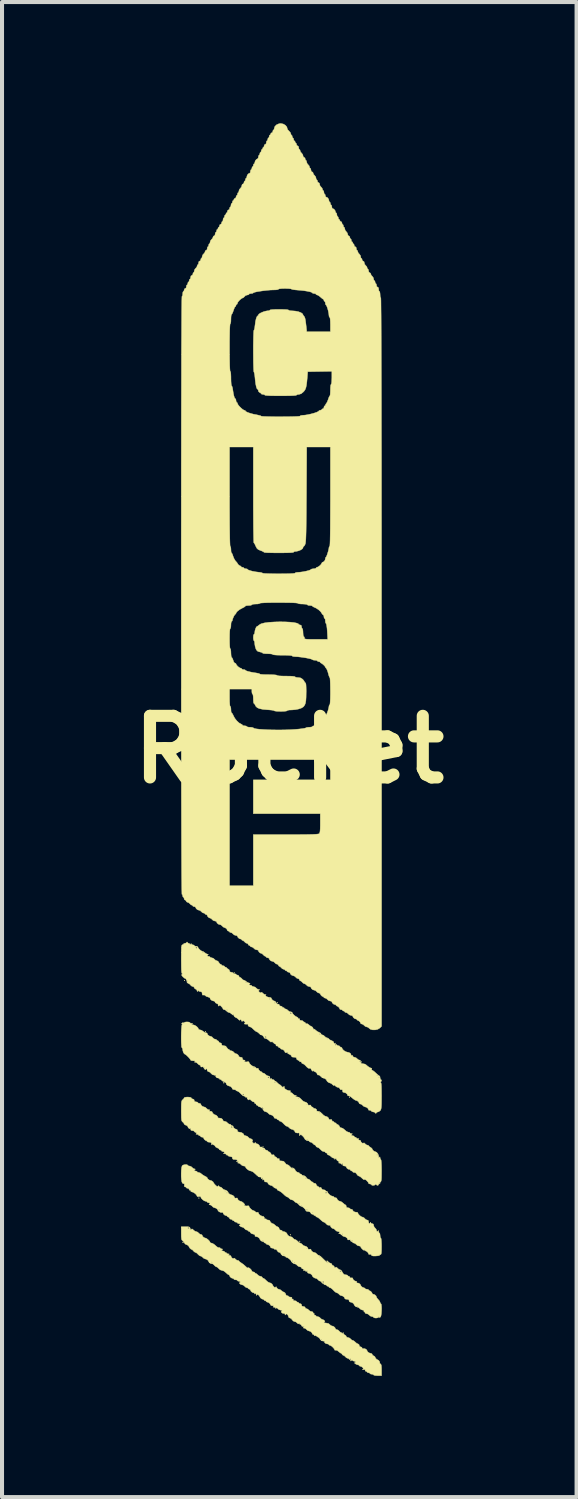
<source format=kicad_pcb>
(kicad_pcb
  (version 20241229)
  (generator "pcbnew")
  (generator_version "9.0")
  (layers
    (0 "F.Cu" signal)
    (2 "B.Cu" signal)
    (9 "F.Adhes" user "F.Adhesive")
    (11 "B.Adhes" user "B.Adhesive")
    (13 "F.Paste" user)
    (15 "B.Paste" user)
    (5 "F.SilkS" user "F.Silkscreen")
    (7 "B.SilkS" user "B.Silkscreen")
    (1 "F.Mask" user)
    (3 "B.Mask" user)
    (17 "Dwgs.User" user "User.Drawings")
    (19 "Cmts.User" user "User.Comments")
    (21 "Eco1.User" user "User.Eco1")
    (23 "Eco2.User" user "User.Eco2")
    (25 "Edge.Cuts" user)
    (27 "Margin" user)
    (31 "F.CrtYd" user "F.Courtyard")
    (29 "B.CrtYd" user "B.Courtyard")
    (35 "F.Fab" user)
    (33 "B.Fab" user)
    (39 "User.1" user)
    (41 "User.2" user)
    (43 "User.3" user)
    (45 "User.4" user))
  (footprint "Rocket"
    (layer "F.Cu")
    (at 4.108 15.495)
    (property "Reference" "Rocket" (at 0 0 0) (layer "F.SilkS") (effects (font (size 1.524 1.524) (thickness 0.3))))
    (attr through_hole)
    (fp_poly (pts (xy -2.585 5.713) (xy -2.593 5.722) (xy -2.602 5.713) (xy -2.593 5.704) (xy -2.585 5.713)) (stroke (width 0.01) (type solid)) (fill yes) (layer "F.SilkS"))
    (fp_poly (pts (xy -2.228 11.096) (xy -2.237 11.105) (xy -2.246 11.096) (xy -2.237 11.087) (xy -2.228 11.096)) (stroke (width 0.01) (type solid)) (fill yes) (layer "F.SilkS"))
    (fp_poly (pts (xy -2.068 6.978) (xy -2.077 6.987) (xy -2.085 6.978) (xy -2.077 6.969) (xy -2.068 6.978)) (stroke (width 0.01) (type solid)) (fill yes) (layer "F.SilkS"))
    (fp_poly (pts (xy -1.551 10.026) (xy -1.56 10.035) (xy -1.569 10.026) (xy -1.56 10.017) (xy -1.551 10.026)) (stroke (width 0.01) (type solid)) (fill yes) (layer "F.SilkS"))
    (fp_poly (pts (xy -0.642 9.83) (xy -0.651 9.839) (xy -0.66 9.83) (xy -0.651 9.821) (xy -0.642 9.83)) (stroke (width 0.01) (type solid)) (fill yes) (layer "F.SilkS"))
    (fp_poly (pts (xy -0.285 6.265) (xy -0.294 6.274) (xy -0.303 6.265) (xy -0.294 6.256) (xy -0.285 6.265)) (stroke (width 0.01) (type solid)) (fill yes) (layer "F.SilkS"))
    (fp_poly (pts (xy 0.036 12.005) (xy 0.027 12.014) (xy 0.018 12.005) (xy 0.027 11.996) (xy 0.036 12.005)) (stroke (width 0.01) (type solid)) (fill yes) (layer "F.SilkS"))
    (fp_poly (pts (xy 0.267 12.165) (xy 0.258 12.174) (xy 0.25 12.165) (xy 0.258 12.156) (xy 0.267 12.165)) (stroke (width 0.01) (type solid)) (fill yes) (layer "F.SilkS"))
    (fp_poly (pts (xy 1.497 8.6) (xy 1.488 8.609) (xy 1.479 8.6) (xy 1.488 8.591) (xy 1.497 8.6)) (stroke (width 0.01) (type solid)) (fill yes) (layer "F.SilkS"))
    (fp_poly (pts (xy 2.246 10.739) (xy 2.237 10.748) (xy 2.228 10.739) (xy 2.237 10.73) (xy 2.246 10.739)) (stroke (width 0.01) (type solid)) (fill yes) (layer "F.SilkS"))
    (fp_poly (pts (xy -2.626 12.18) (xy -2.624 12.201) (xy -2.626 12.204) (xy -2.637 12.201) (xy -2.638 12.192) (xy -2.632 12.177) (xy -2.626 12.18)) (stroke (width 0.01) (type solid)) (fill yes) (layer "F.SilkS"))
    (fp_poly (pts (xy -1.61 8.241) (xy -1.613 8.251) (xy -1.622 8.253) (xy -1.637 8.246) (xy -1.634 8.241) (xy -1.613 8.239) (xy -1.61 8.241)) (stroke (width 0.01) (type solid)) (fill yes) (layer "F.SilkS"))
    (fp_poly (pts (xy -1.361 5.514) (xy -1.358 5.535) (xy -1.361 5.537) (xy -1.371 5.535) (xy -1.372 5.526) (xy -1.366 5.511) (xy -1.361 5.514)) (stroke (width 0.01) (type solid)) (fill yes) (layer "F.SilkS"))
    (fp_poly (pts (xy -2.509 11.806) (xy -2.475 11.812) (xy -2.459 11.827) (xy -2.451 11.851) (xy -2.44 11.88) (xy -2.428 11.877) (xy -2.424 11.871) (xy -2.409 11.858) (xy -2.387 11.87) (xy -2.374 11.885) (xy -2.338 11.914) (xy -2.306 11.925) (xy -2.269 11.938) (xy -2.246 11.96) (xy -2.214 11.988) (xy -2.188 11.996) (xy -2.162 12.005) (xy -2.157 12.015) (xy -2.142 12.047) (xy -2.109 12.075) (xy -2.077 12.085) (xy -2.046 12.097) (xy -2.008 12.127) (xy -1.975 12.161) (xy -1.961 12.19) (xy -1.961 12.191) (xy -1.946 12.206) (xy -1.924 12.21) (xy -1.891 12.222) (xy -1.847 12.252) (xy -1.826 12.272) (xy -1.781 12.309) (xy -1.746 12.324) (xy -1.738 12.323) (xy -1.715 12.324) (xy -1.711 12.333) (xy -1.696 12.349) (xy -1.671 12.354) (xy -1.649 12.358) (xy -1.653 12.364) (xy -1.675 12.383) (xy -1.665 12.4) (xy -1.64 12.406) (xy -1.611 12.413) (xy -1.604 12.424) (xy -1.59 12.44) (xy -1.577 12.442) (xy -1.554 12.451) (xy -1.551 12.459) (xy -1.536 12.473) (xy -1.511 12.477) (xy -1.485 12.48) (xy -1.491 12.491) (xy -1.497 12.495) (xy -1.511 12.508) (xy -1.494 12.512) (xy -1.484 12.513) (xy -1.453 12.52) (xy -1.444 12.532) (xy -1.433 12.561) (xy -1.41 12.584) (xy -1.385 12.594) (xy -1.375 12.587) (xy -1.357 12.582) (xy -1.337 12.602) (xy -1.305 12.63) (xy -1.279 12.638) (xy -1.253 12.644) (xy -1.248 12.652) (xy -1.234 12.669) (xy -1.199 12.694) (xy -1.19 12.7) (xy -1.138 12.736) (xy -1.086 12.782) (xy -1.08 12.788) (xy -1.044 12.82) (xy -1.024 12.825) (xy -1.021 12.821) (xy -1.006 12.818) (xy -0.98 12.834) (xy -0.951 12.861) (xy -0.931 12.889) (xy -0.927 12.904) (xy -0.912 12.919) (xy -0.891 12.923) (xy -0.862 12.93) (xy -0.856 12.941) (xy -0.841 12.957) (xy -0.833 12.958) (xy -0.806 12.972) (xy -0.784 12.994) (xy -0.749 13.022) (xy -0.72 13.03) (xy -0.684 13.041) (xy -0.671 13.057) (xy -0.654 13.078) (xy -0.645 13.079) (xy -0.624 13.088) (xy -0.591 13.116) (xy -0.575 13.132) (xy -0.535 13.168) (xy -0.5 13.188) (xy -0.491 13.19) (xy -0.457 13.201) (xy -0.425 13.226) (xy -0.41 13.252) (xy -0.41 13.253) (xy -0.399 13.273) (xy -0.382 13.292) (xy -0.357 13.31) (xy -0.34 13.3) (xy -0.339 13.298) (xy -0.325 13.288) (xy -0.313 13.312) (xy -0.313 13.313) (xy -0.287 13.344) (xy -0.264 13.351) (xy -0.224 13.363) (xy -0.198 13.384) (xy -0.161 13.413) (xy -0.133 13.424) (xy -0.102 13.446) (xy -0.092 13.471) (xy -0.075 13.504) (xy -0.052 13.511) (xy -0.024 13.519) (xy -0.018 13.529) (xy -0.003 13.542) (xy 0.029 13.547) (xy 0.061 13.552) (xy 0.066 13.571) (xy 0.064 13.575) (xy 0.063 13.596) (xy 0.079 13.594) (xy 0.097 13.595) (xy 0.095 13.61) (xy 0.098 13.63) (xy 0.131 13.636) (xy 0.132 13.636) (xy 0.166 13.642) (xy 0.178 13.654) (xy 0.193 13.669) (xy 0.205 13.671) (xy 0.229 13.681) (xy 0.232 13.689) (xy 0.247 13.704) (xy 0.267 13.707) (xy 0.297 13.72) (xy 0.303 13.743) (xy 0.313 13.771) (xy 0.348 13.778) (xy 0.383 13.788) (xy 0.392 13.805) (xy 0.407 13.828) (xy 0.424 13.832) (xy 0.458 13.845) (xy 0.481 13.868) (xy 0.517 13.896) (xy 0.548 13.903) (xy 0.581 13.914) (xy 0.588 13.931) (xy 0.597 13.949) (xy 0.606 13.948) (xy 0.616 13.951) (xy 0.613 13.965) (xy 0.615 13.988) (xy 0.631 13.992) (xy 0.656 14.001) (xy 0.66 14.01) (xy 0.675 14.024) (xy 0.7 14.028) (xy 0.742 14.042) (xy 0.766 14.064) (xy 0.795 14.091) (xy 0.816 14.099) (xy 0.848 14.111) (xy 0.867 14.126) (xy 0.881 14.147) (xy 0.875 14.153) (xy 0.856 14.166) (xy 0.856 14.171) (xy 0.871 14.183) (xy 0.909 14.188) (xy 0.914 14.188) (xy 0.972 14.201) (xy 0.998 14.224) (xy 1.031 14.252) (xy 1.057 14.26) (xy 1.096 14.272) (xy 1.129 14.301) (xy 1.141 14.33) (xy 1.155 14.346) (xy 1.172 14.349) (xy 1.207 14.362) (xy 1.23 14.384) (xy 1.258 14.412) (xy 1.278 14.42) (xy 1.3 14.434) (xy 1.301 14.442) (xy 1.308 14.452) (xy 1.319 14.438) (xy 1.333 14.421) (xy 1.337 14.437) (xy 1.337 14.441) (xy 1.352 14.47) (xy 1.372 14.482) (xy 1.401 14.502) (xy 1.408 14.519) (xy 1.423 14.54) (xy 1.449 14.545) (xy 1.491 14.559) (xy 1.515 14.58) (xy 1.544 14.608) (xy 1.566 14.616) (xy 1.595 14.628) (xy 1.63 14.658) (xy 1.633 14.661) (xy 1.668 14.691) (xy 1.7 14.705) (xy 1.701 14.705) (xy 1.724 14.72) (xy 1.729 14.741) (xy 1.742 14.771) (xy 1.765 14.777) (xy 1.794 14.788) (xy 1.8 14.805) (xy 1.81 14.824) (xy 1.836 14.821) (xy 1.872 14.823) (xy 1.908 14.844) (xy 1.925 14.872) (xy 1.925 14.875) (xy 1.94 14.902) (xy 1.974 14.926) (xy 2.012 14.937) (xy 2.013 14.937) (xy 2.042 14.947) (xy 2.05 14.963) (xy 2.065 14.988) (xy 2.085 14.999) (xy 2.114 15.016) (xy 2.121 15.029) (xy 2.133 15.055) (xy 2.158 15.083) (xy 2.182 15.097) (xy 2.184 15.097) (xy 2.208 15.11) (xy 2.23 15.138) (xy 2.239 15.164) (xy 2.237 15.169) (xy 2.241 15.189) (xy 2.254 15.197) (xy 2.268 15.211) (xy 2.277 15.241) (xy 2.281 15.296) (xy 2.282 15.349) (xy 2.282 15.49) (xy 2.184 15.49) (xy 2.13 15.487) (xy 2.094 15.479) (xy 2.085 15.472) (xy 2.07 15.458) (xy 2.041 15.454) (xy 2.007 15.448) (xy 1.996 15.436) (xy 1.981 15.422) (xy 1.961 15.418) (xy 1.932 15.411) (xy 1.925 15.4) (xy 1.91 15.385) (xy 1.896 15.383) (xy 1.876 15.372) (xy 1.877 15.357) (xy 1.876 15.34) (xy 1.848 15.338) (xy 1.839 15.34) (xy 1.81 15.342) (xy 1.813 15.334) (xy 1.817 15.331) (xy 1.832 15.314) (xy 1.82 15.293) (xy 1.813 15.286) (xy 1.779 15.263) (xy 1.757 15.258) (xy 1.732 15.249) (xy 1.729 15.24) (xy 1.714 15.225) (xy 1.698 15.222) (xy 1.67 15.215) (xy 1.64 15.2) (xy 1.617 15.183) (xy 1.611 15.171) (xy 1.619 15.169) (xy 1.639 15.157) (xy 1.64 15.151) (xy 1.625 15.136) (xy 1.606 15.133) (xy 1.573 15.123) (xy 1.562 15.111) (xy 1.55 15.099) (xy 1.535 15.115) (xy 1.521 15.129) (xy 1.516 15.112) (xy 1.515 15.097) (xy 1.512 15.069) (xy 1.502 15.072) (xy 1.497 15.08) (xy 1.483 15.094) (xy 1.48 15.084) (xy 1.465 15.065) (xy 1.448 15.062) (xy 1.413 15.048) (xy 1.39 15.026) (xy 1.362 14.998) (xy 1.341 14.99) (xy 1.315 14.976) (xy 1.308 14.964) (xy 1.29 14.94) (xy 1.281 14.937) (xy 1.258 14.925) (xy 1.224 14.897) (xy 1.22 14.893) (xy 1.182 14.865) (xy 1.151 14.859) (xy 1.15 14.859) (xy 1.127 14.861) (xy 1.123 14.854) (xy 1.11 14.825) (xy 1.079 14.789) (xy 1.043 14.757) (xy 1.012 14.741) (xy 1.009 14.741) (xy 0.984 14.732) (xy 0.98 14.723) (xy 0.965 14.709) (xy 0.943 14.705) (xy 0.908 14.697) (xy 0.88 14.679) (xy 0.868 14.659) (xy 0.878 14.646) (xy 0.878 14.639) (xy 0.85 14.636) (xy 0.842 14.635) (xy 0.794 14.626) (xy 0.769 14.598) (xy 0.784 14.598) (xy 0.791 14.613) (xy 0.796 14.61) (xy 0.798 14.589) (xy 0.796 14.586) (xy 0.786 14.589) (xy 0.784 14.598) (xy 0.769 14.598) (xy 0.766 14.595) (xy 0.763 14.589) (xy 0.743 14.557) (xy 0.727 14.545) (xy 0.702 14.533) (xy 0.683 14.517) (xy 0.65 14.499) (xy 0.63 14.499) (xy 0.613 14.499) (xy 0.615 14.491) (xy 0.611 14.476) (xy 0.598 14.474) (xy 0.574 14.464) (xy 0.57 14.454) (xy 0.555 14.421) (xy 0.521 14.394) (xy 0.486 14.384) (xy 0.451 14.371) (xy 0.428 14.349) (xy 0.394 14.321) (xy 0.366 14.313) (xy 0.342 14.31) (xy 0.351 14.299) (xy 0.356 14.295) (xy 0.37 14.282) (xy 0.353 14.278) (xy 0.343 14.278) (xy 0.311 14.267) (xy 0.303 14.251) (xy 0.289 14.227) (xy 0.276 14.224) (xy 0.252 14.212) (xy 0.249 14.202) (xy 0.245 14.189) (xy 0.235 14.201) (xy 0.219 14.21) (xy 0.196 14.188) (xy 0.196 14.188) (xy 0.161 14.16) (xy 0.133 14.153) (xy 0.095 14.137) (xy 0.071 14.108) (xy 0.043 14.075) (xy 0.015 14.064) (xy -0.012 14.051) (xy -0.018 14.036) (xy -0.03 14.001) (xy -0.046 13.979) (xy -0.07 13.961) (xy -0.087 13.97) (xy -0.09 13.976) (xy -0.103 13.99) (xy -0.107 13.971) (xy -0.107 13.971) (xy -0.117 13.949) (xy -0.133 13.95) (xy -0.165 13.947) (xy -0.188 13.932) (xy -0.203 13.91) (xy -0.197 13.903) (xy -0.179 13.89) (xy -0.178 13.885) (xy -0.193 13.871) (xy -0.219 13.868) (xy -0.261 13.854) (xy -0.285 13.832) (xy -0.308 13.81) (xy -0.324 13.819) (xy -0.324 13.819) (xy -0.336 13.831) (xy -0.338 13.818) (xy -0.354 13.801) (xy -0.379 13.796) (xy -0.405 13.793) (xy -0.398 13.783) (xy -0.392 13.778) (xy -0.38 13.766) (xy -0.399 13.761) (xy -0.414 13.761) (xy -0.45 13.755) (xy -0.463 13.741) (xy -0.478 13.709) (xy -0.511 13.681) (xy -0.542 13.671) (xy -0.567 13.662) (xy -0.57 13.654) (xy -0.585 13.638) (xy -0.597 13.636) (xy -0.621 13.626) (xy -0.624 13.618) (xy -0.638 13.602) (xy -0.652 13.6) (xy -0.684 13.589) (xy -0.716 13.564) (xy -0.731 13.538) (xy -0.731 13.538) (xy -0.742 13.517) (xy -0.759 13.498) (xy -0.783 13.48) (xy -0.8 13.489) (xy -0.803 13.495) (xy -0.815 13.505) (xy -0.82 13.483) (xy -0.82 13.475) (xy -0.822 13.458) (xy -0.125 13.458) (xy -0.118 13.472) (xy -0.113 13.469) (xy -0.111 13.448) (xy -0.113 13.446) (xy -0.123 13.448) (xy -0.125 13.458) (xy -0.822 13.458) (xy -0.823 13.447) (xy -0.833 13.45) (xy -0.838 13.458) (xy -0.852 13.472) (xy -0.855 13.462) (xy -0.87 13.443) (xy -0.884 13.44) (xy -0.92 13.427) (xy -0.951 13.398) (xy -0.963 13.37) (xy -0.977 13.353) (xy -0.989 13.351) (xy -1.013 13.341) (xy -1.016 13.333) (xy -1.031 13.318) (xy -1.048 13.315) (xy -1.082 13.301) (xy -1.105 13.279) (xy -1.138 13.251) (xy -1.164 13.244) (xy -1.203 13.232) (xy -1.224 13.217) (xy -1.237 13.196) (xy -1.231 13.19) (xy -1.213 13.177) (xy -1.212 13.172) (xy -1.227 13.158) (xy -1.248 13.155) (xy -1.277 13.147) (xy -1.283 13.137) (xy -1.299 13.123) (xy -1.328 13.119) (xy -1.361 13.113) (xy -1.372 13.101) (xy -1.387 13.085) (xy -1.401 13.083) (xy -1.437 13.07) (xy -1.468 13.041) (xy -1.479 13.013) (xy -1.493 12.995) (xy -1.499 12.994) (xy -1.523 12.982) (xy -1.557 12.952) (xy -1.569 12.941) (xy -1.617 12.902) (xy -1.663 12.887) (xy -1.664 12.887) (xy -1.711 12.872) (xy -1.744 12.843) (xy -1.775 12.811) (xy -1.803 12.798) (xy -1.803 12.798) (xy -1.83 12.785) (xy -1.86 12.755) (xy -1.89 12.727) (xy -1.917 12.721) (xy -1.917 12.721) (xy -1.946 12.716) (xy -1.978 12.695) (xy -1.987 12.682) (xy -1.925 12.682) (xy -1.916 12.691) (xy -1.907 12.682) (xy -1.916 12.673) (xy -1.925 12.682) (xy -1.987 12.682) (xy -1.996 12.668) (xy -1.996 12.664) (xy -2.011 12.638) (xy -2.044 12.613) (xy -2.08 12.602) (xy -2.08 12.602) (xy -2.116 12.588) (xy -2.139 12.566) (xy -2.17 12.539) (xy -2.195 12.531) (xy -2.227 12.518) (xy -2.261 12.486) (xy -2.292 12.455) (xy -2.32 12.442) (xy -2.32 12.442) (xy -2.349 12.428) (xy -2.371 12.406) (xy -2.396 12.378) (xy -2.412 12.37) (xy -2.436 12.358) (xy -2.463 12.333) (xy -2.478 12.309) (xy -2.478 12.308) (xy -2.491 12.283) (xy -2.522 12.257) (xy -2.553 12.245) (xy -2.554 12.245) (xy -2.579 12.231) (xy -2.599 12.2) (xy -2.624 12.163) (xy -2.647 12.145) (xy -2.66 12.132) (xy -2.668 12.103) (xy -2.673 12.05) (xy -2.674 11.97) (xy -2.674 11.836) (xy -2.513 11.836) (xy -2.5 11.853) (xy -2.495 11.853) (xy -2.478 11.84) (xy -2.478 11.836) (xy -2.491 11.818) (xy -2.495 11.818) (xy -2.513 11.831) (xy -2.513 11.836) (xy -2.674 11.836) (xy -2.674 11.805) (xy -2.568 11.805) (xy -2.509 11.806)) (stroke (width 0.01) (type solid)) (fill yes) (layer "F.SilkS"))
    (fp_poly (pts (xy -2.538 10.269) (xy -2.515 10.279) (xy -2.513 10.285) (xy -2.498 10.299) (xy -2.473 10.303) (xy -2.431 10.316) (xy -2.406 10.338) (xy -2.372 10.367) (xy -2.344 10.375) (xy -2.325 10.38) (xy -2.331 10.386) (xy -2.352 10.404) (xy -2.343 10.422) (xy -2.317 10.427) (xy -2.288 10.435) (xy -2.282 10.445) (xy -2.267 10.459) (xy -2.244 10.463) (xy -2.202 10.476) (xy -2.177 10.496) (xy -2.14 10.525) (xy -2.092 10.553) (xy -2.09 10.553) (xy -2.052 10.574) (xy -2.032 10.591) (xy -2.032 10.593) (xy -2.018 10.622) (xy -1.985 10.648) (xy -1.952 10.659) (xy -1.919 10.67) (xy -1.887 10.695) (xy -1.872 10.72) (xy -1.872 10.721) (xy -1.86 10.74) (xy -1.832 10.771) (xy -1.825 10.778) (xy -1.792 10.807) (xy -1.773 10.81) (xy -1.763 10.8) (xy -1.75 10.786) (xy -1.747 10.797) (xy -1.732 10.816) (xy -1.715 10.82) (xy -1.681 10.833) (xy -1.658 10.855) (xy -1.627 10.883) (xy -1.605 10.891) (xy -1.571 10.901) (xy -1.536 10.923) (xy -1.516 10.947) (xy -1.515 10.952) (xy -1.501 10.979) (xy -1.469 11.004) (xy -1.435 11.016) (xy -1.397 11.029) (xy -1.365 11.059) (xy -1.355 11.087) (xy -1.341 11.099) (xy -1.319 11.096) (xy -1.29 11.094) (xy -1.283 11.105) (xy -1.269 11.138) (xy -1.235 11.166) (xy -1.204 11.176) (xy -1.172 11.188) (xy -1.134 11.217) (xy -1.13 11.221) (xy -1.106 11.25) (xy -1.105 11.265) (xy -1.109 11.265) (xy -1.12 11.27) (xy -1.105 11.282) (xy -1.068 11.292) (xy -1.038 11.289) (xy -1.006 11.288) (xy -0.998 11.3) (xy -0.985 11.329) (xy -0.953 11.365) (xy -0.915 11.395) (xy -0.883 11.408) (xy -0.883 11.408) (xy -0.852 11.421) (xy -0.845 11.432) (xy -0.822 11.449) (xy -0.801 11.448) (xy -0.773 11.449) (xy -0.766 11.46) (xy -0.753 11.491) (xy -0.725 11.521) (xy -0.698 11.532) (xy -0.676 11.546) (xy -0.671 11.555) (xy -0.663 11.567) (xy -0.661 11.553) (xy -0.654 11.541) (xy -0.633 11.557) (xy -0.632 11.558) (xy -0.614 11.587) (xy -0.615 11.603) (xy -0.612 11.614) (xy -0.598 11.611) (xy -0.575 11.611) (xy -0.57 11.62) (xy -0.555 11.635) (xy -0.526 11.639) (xy -0.492 11.646) (xy -0.481 11.659) (xy -0.467 11.689) (xy -0.437 11.718) (xy -0.409 11.729) (xy -0.382 11.741) (xy -0.35 11.769) (xy -0.315 11.797) (xy -0.285 11.809) (xy -0.262 11.824) (xy -0.253 11.849) (xy -0.235 11.882) (xy -0.213 11.889) (xy -0.184 11.897) (xy -0.178 11.907) (xy -0.163 11.921) (xy -0.141 11.925) (xy -0.103 11.935) (xy -0.069 11.959) (xy -0.053 11.986) (xy -0.053 11.987) (xy -0.039 12.013) (xy -0.006 12.038) (xy 0.03 12.049) (xy 0.03 12.049) (xy 0.066 12.063) (xy 0.089 12.085) (xy 0.118 12.113) (xy 0.14 12.121) (xy 0.169 12.133) (xy 0.204 12.162) (xy 0.207 12.165) (xy 0.241 12.196) (xy 0.27 12.21) (xy 0.271 12.21) (xy 0.299 12.223) (xy 0.321 12.245) (xy 0.353 12.273) (xy 0.38 12.281) (xy 0.42 12.294) (xy 0.453 12.324) (xy 0.463 12.352) (xy 0.477 12.365) (xy 0.499 12.361) (xy 0.528 12.36) (xy 0.535 12.37) (xy 0.55 12.404) (xy 0.585 12.432) (xy 0.619 12.442) (xy 0.654 12.455) (xy 0.677 12.477) (xy 0.707 12.505) (xy 0.729 12.513) (xy 0.754 12.525) (xy 0.793 12.556) (xy 0.827 12.589) (xy 0.865 12.626) (xy 0.903 12.662) (xy 0.935 12.69) (xy 0.957 12.706) (xy 0.962 12.707) (xy 0.949 12.691) (xy 0.93 12.662) (xy 0.927 12.649) (xy 0.937 12.648) (xy 0.96 12.67) (xy 0.96 12.671) (xy 0.994 12.699) (xy 1.023 12.709) (xy 1.048 12.722) (xy 1.052 12.736) (xy 1.065 12.759) (xy 1.077 12.762) (xy 1.102 12.777) (xy 1.115 12.8) (xy 1.127 12.825) (xy 1.14 12.817) (xy 1.142 12.814) (xy 1.157 12.803) (xy 1.18 12.818) (xy 1.191 12.83) (xy 1.225 12.859) (xy 1.255 12.869) (xy 1.281 12.884) (xy 1.308 12.921) (xy 1.314 12.932) (xy 1.341 12.975) (xy 1.372 12.992) (xy 1.394 12.994) (xy 1.43 13) (xy 1.444 13.012) (xy 1.458 13.028) (xy 1.471 13.03) (xy 1.494 13.043) (xy 1.497 13.055) (xy 1.51 13.072) (xy 1.533 13.071) (xy 1.562 13.071) (xy 1.569 13.082) (xy 1.583 13.117) (xy 1.618 13.145) (xy 1.649 13.155) (xy 1.671 13.165) (xy 1.669 13.18) (xy 1.67 13.198) (xy 1.685 13.196) (xy 1.715 13.201) (xy 1.747 13.222) (xy 1.764 13.249) (xy 1.765 13.253) (xy 1.779 13.278) (xy 1.81 13.303) (xy 1.843 13.315) (xy 1.844 13.315) (xy 1.868 13.324) (xy 1.872 13.333) (xy 1.887 13.346) (xy 1.916 13.351) (xy 1.95 13.357) (xy 1.961 13.368) (xy 1.974 13.386) (xy 1.98 13.386) (xy 2.01 13.4) (xy 2.039 13.429) (xy 2.05 13.456) (xy 2.064 13.473) (xy 2.078 13.475) (xy 2.115 13.488) (xy 2.146 13.518) (xy 2.157 13.546) (xy 2.169 13.571) (xy 2.198 13.604) (xy 2.201 13.607) (xy 2.232 13.644) (xy 2.246 13.676) (xy 2.246 13.678) (xy 2.255 13.703) (xy 2.264 13.707) (xy 2.274 13.723) (xy 2.28 13.765) (xy 2.283 13.824) (xy 2.281 13.89) (xy 2.277 13.953) (xy 2.269 14.005) (xy 2.258 14.036) (xy 2.256 14.038) (xy 2.234 14.053) (xy 2.222 14.041) (xy 2.214 14.028) (xy 2.212 14.041) (xy 2.196 14.055) (xy 2.161 14.063) (xy 2.121 14.063) (xy 2.092 14.055) (xy 2.085 14.046) (xy 2.07 14.032) (xy 2.045 14.028) (xy 2.003 14.014) (xy 1.979 13.992) (xy 1.943 13.964) (xy 1.912 13.957) (xy 1.879 13.946) (xy 1.872 13.929) (xy 1.863 13.91) (xy 1.854 13.912) (xy 1.844 13.909) (xy 1.847 13.895) (xy 1.846 13.874) (xy 1.815 13.868) (xy 1.772 13.854) (xy 1.747 13.832) (xy 1.714 13.804) (xy 1.688 13.796) (xy 1.653 13.785) (xy 1.627 13.767) (xy 1.664 13.767) (xy 1.666 13.777) (xy 1.676 13.778) (xy 1.69 13.772) (xy 1.687 13.767) (xy 1.666 13.764) (xy 1.664 13.767) (xy 1.627 13.767) (xy 1.619 13.761) (xy 1.604 13.734) (xy 1.604 13.734) (xy 1.589 13.707) (xy 1.555 13.682) (xy 1.517 13.671) (xy 1.516 13.671) (xy 1.486 13.659) (xy 1.479 13.636) (xy 1.471 13.61) (xy 1.44 13.601) (xy 1.426 13.6) (xy 1.388 13.595) (xy 1.372 13.581) (xy 1.372 13.581) (xy 1.358 13.548) (xy 1.323 13.521) (xy 1.289 13.511) (xy 1.253 13.498) (xy 1.23 13.475) (xy 1.199 13.448) (xy 1.175 13.44) (xy 1.146 13.427) (xy 1.108 13.395) (xy 1.092 13.377) (xy 1.054 13.34) (xy 1.02 13.317) (xy 1.01 13.315) (xy 0.984 13.306) (xy 0.98 13.297) (xy 0.966 13.281) (xy 0.954 13.279) (xy 0.93 13.27) (xy 0.927 13.261) (xy 0.912 13.247) (xy 0.891 13.244) (xy 0.862 13.236) (xy 0.856 13.226) (xy 0.841 13.21) (xy 0.829 13.208) (xy 0.805 13.194) (xy 0.802 13.181) (xy 0.796 13.172) (xy 0.82 13.172) (xy 0.833 13.19) (xy 0.838 13.19) (xy 0.855 13.177) (xy 0.856 13.172) (xy 0.842 13.155) (xy 0.838 13.155) (xy 0.82 13.168) (xy 0.82 13.172) (xy 0.796 13.172) (xy 0.787 13.159) (xy 0.77 13.155) (xy 0.736 13.141) (xy 0.713 13.119) (xy 0.683 13.091) (xy 0.66 13.083) (xy 0.626 13.073) (xy 0.592 13.051) (xy 0.571 13.027) (xy 0.57 13.022) (xy 0.556 12.994) (xy 0.521 12.969) (xy 0.483 12.958) (xy 0.453 12.947) (xy 0.445 12.918) (xy 0.444 12.905) (xy 1.248 12.905) (xy 1.261 12.922) (xy 1.266 12.923) (xy 1.283 12.909) (xy 1.283 12.905) (xy 1.27 12.888) (xy 1.266 12.887) (xy 1.248 12.901) (xy 1.248 12.905) (xy 0.444 12.905) (xy 0.443 12.892) (xy 0.432 12.899) (xy 0.428 12.905) (xy 0.413 12.919) (xy 0.41 12.909) (xy 0.395 12.892) (xy 0.37 12.887) (xy 0.344 12.884) (xy 0.35 12.874) (xy 0.356 12.869) (xy 0.37 12.856) (xy 0.353 12.852) (xy 0.343 12.852) (xy 0.311 12.841) (xy 0.303 12.825) (xy 0.288 12.803) (xy 0.262 12.798) (xy 0.221 12.784) (xy 0.196 12.762) (xy 0.166 12.734) (xy 0.143 12.726) (xy 0.11 12.716) (xy 0.079 12.697) (xy 0.113 12.697) (xy 0.115 12.708) (xy 0.125 12.709) (xy 0.139 12.702) (xy 0.137 12.697) (xy 0.116 12.695) (xy 0.113 12.697) (xy 0.079 12.697) (xy 0.075 12.694) (xy 0.055 12.671) (xy 0.053 12.666) (xy 0.048 12.655) (xy 0.071 12.655) (xy 0.078 12.67) (xy 0.083 12.667) (xy 0.085 12.646) (xy 0.083 12.644) (xy 0.073 12.646) (xy 0.071 12.655) (xy 0.048 12.655) (xy 0.04 12.642) (xy 0.009 12.61) (xy -0.028 12.581) (xy -0.058 12.567) (xy -0.062 12.566) (xy -0.086 12.557) (xy -0.089 12.548) (xy 0.749 12.548) (xy 0.755 12.563) (xy 0.761 12.56) (xy 0.763 12.539) (xy 0.761 12.537) (xy 0.75 12.539) (xy 0.749 12.548) (xy -0.089 12.548) (xy -0.104 12.534) (xy -0.126 12.531) (xy -0.168 12.519) (xy -0.186 12.504) (xy -0.143 12.504) (xy -0.134 12.513) (xy -0.125 12.504) (xy -0.134 12.495) (xy -0.143 12.504) (xy -0.186 12.504) (xy -0.202 12.49) (xy -0.214 12.461) (xy -0.229 12.445) (xy -0.247 12.442) (xy -0.278 12.427) (xy -0.3 12.397) (xy -0.325 12.365) (xy -0.347 12.364) (xy -0.37 12.363) (xy -0.374 12.354) (xy -0.385 12.344) (xy 0.428 12.344) (xy 0.437 12.352) (xy 0.446 12.344) (xy 0.437 12.335) (xy 0.428 12.344) (xy -0.385 12.344) (xy -0.39 12.34) (xy -0.419 12.335) (xy -0.452 12.328) (xy -0.463 12.315) (xy -0.478 12.283) (xy -0.511 12.255) (xy -0.542 12.245) (xy -0.567 12.236) (xy -0.57 12.228) (xy -0.585 12.212) (xy -0.597 12.21) (xy -0.621 12.2) (xy -0.624 12.192) (xy -0.638 12.176) (xy -0.652 12.174) (xy -0.684 12.163) (xy -0.708 12.144) (xy -0.671 12.144) (xy -0.669 12.155) (xy -0.66 12.156) (xy -0.645 12.15) (xy -0.648 12.144) (xy -0.669 12.142) (xy -0.671 12.144) (xy -0.708 12.144) (xy -0.716 12.138) (xy -0.731 12.112) (xy -0.731 12.112) (xy -0.746 12.085) (xy -0.78 12.06) (xy -0.82 12.049) (xy -0.821 12.049) (xy -0.849 12.042) (xy -0.849 12.023) (xy -0.853 12.003) (xy -0.888 11.988) (xy -0.901 11.986) (xy -0.943 11.971) (xy -0.962 11.952) (xy -0.963 11.949) (xy -0.977 11.927) (xy -0.989 11.925) (xy -1.013 11.915) (xy -1.016 11.907) (xy -1.031 11.892) (xy -1.048 11.889) (xy -1.082 11.876) (xy -1.105 11.853) (xy -1.135 11.825) (xy -1.158 11.817) (xy -1.184 11.81) (xy -1.214 11.794) (xy -1.235 11.777) (xy -1.24 11.766) (xy -1.233 11.764) (xy -1.213 11.752) (xy -1.212 11.746) (xy -1.227 11.732) (xy -1.248 11.729) (xy -1.277 11.721) (xy -1.283 11.711) (xy -1.298 11.696) (xy -1.319 11.693) (xy -1.348 11.685) (xy -1.355 11.675) (xy -1.369 11.659) (xy -1.381 11.657) (xy -1.405 11.648) (xy -1.408 11.639) (xy -1.423 11.625) (xy -1.444 11.622) (xy -1.473 11.61) (xy -1.479 11.595) (xy -1.494 11.571) (xy -1.506 11.568) (xy -1.53 11.559) (xy -1.533 11.55) (xy -1.547 11.535) (xy -1.561 11.532) (xy -1.598 11.519) (xy -1.63 11.489) (xy -1.64 11.461) (xy -1.653 11.448) (xy -1.667 11.45) (xy -1.7 11.45) (xy -1.737 11.434) (xy -1.762 11.411) (xy -1.765 11.402) (xy -1.771 11.39) (xy -1.747 11.39) (xy -1.74 11.405) (xy -1.735 11.402) (xy -1.733 11.381) (xy -1.735 11.378) (xy -1.746 11.38) (xy -1.747 11.39) (xy -1.771 11.39) (xy -1.779 11.373) (xy -1.813 11.347) (xy -1.848 11.336) (xy -1.883 11.322) (xy -1.903 11.301) (xy -1.937 11.272) (xy -1.965 11.264) (xy -1.988 11.26) (xy -1.983 11.253) (xy -1.962 11.235) (xy -1.971 11.217) (xy -1.996 11.212) (xy -2.025 11.204) (xy -2.032 11.194) (xy -2.047 11.179) (xy -2.068 11.176) (xy -2.105 11.164) (xy -2.146 11.134) (xy -2.179 11.099) (xy -2.192 11.068) (xy -2.207 11.055) (xy -2.237 11.059) (xy -2.271 11.061) (xy -2.282 11.051) (xy -2.296 11.02) (xy -2.33 10.985) (xy -2.363 10.962) (xy -1.551 10.962) (xy -1.544 10.977) (xy -1.539 10.974) (xy -1.537 10.953) (xy -1.539 10.95) (xy -1.549 10.953) (xy -1.551 10.962) (xy -2.363 10.962) (xy -2.371 10.956) (xy -2.407 10.944) (xy -2.435 10.936) (xy -2.436 10.918) (xy -2.436 10.915) (xy -1.598 10.915) (xy -1.596 10.925) (xy -1.586 10.926) (xy -1.572 10.92) (xy -1.575 10.915) (xy -1.596 10.912) (xy -1.598 10.915) (xy -2.436 10.915) (xy -2.437 10.9) (xy -2.452 10.903) (xy -2.474 10.899) (xy -2.478 10.884) (xy -2.492 10.86) (xy -2.513 10.855) (xy -2.542 10.848) (xy -2.549 10.837) (xy -2.563 10.822) (xy -2.578 10.82) (xy -2.598 10.809) (xy -2.598 10.775) (xy -2.597 10.746) (xy -2.605 10.741) (xy -2.628 10.738) (xy -2.647 10.724) (xy -2.66 10.693) (xy -2.669 10.635) (xy -2.675 10.562) (xy -2.675 10.482) (xy -2.672 10.406) (xy -2.665 10.342) (xy -2.653 10.3) (xy -2.648 10.292) (xy -2.618 10.276) (xy -2.577 10.268) (xy -2.538 10.269)) (stroke (width 0.01) (type solid)) (fill yes) (layer "F.SilkS"))
    (fp_poly (pts (xy -2.454 8.602) (xy -2.427 8.614) (xy -2.424 8.621) (xy -2.409 8.64) (xy -2.388 8.645) (xy -2.359 8.658) (xy -2.353 8.681) (xy -2.342 8.709) (xy -2.308 8.716) (xy -2.275 8.722) (xy -2.264 8.734) (xy -2.249 8.749) (xy -2.228 8.752) (xy -2.199 8.76) (xy -2.192 8.771) (xy -2.177 8.804) (xy -2.143 8.831) (xy -2.109 8.841) (xy -2.073 8.854) (xy -2.05 8.877) (xy -2.016 8.905) (xy -1.988 8.913) (xy -1.964 8.915) (xy -1.973 8.927) (xy -1.979 8.93) (xy -1.991 8.942) (xy -1.972 8.947) (xy -1.956 8.948) (xy -1.921 8.954) (xy -1.907 8.967) (xy -1.894 8.998) (xy -1.863 9.026) (xy -1.836 9.037) (xy -1.805 9.05) (xy -1.776 9.079) (xy -1.765 9.106) (xy -1.75 9.118) (xy -1.727 9.117) (xy -1.686 9.123) (xy -1.652 9.148) (xy -1.64 9.178) (xy -1.625 9.193) (xy -1.599 9.197) (xy -1.557 9.211) (xy -1.533 9.233) (xy -1.501 9.261) (xy -1.476 9.269) (xy -1.449 9.277) (xy -1.444 9.287) (xy -1.429 9.302) (xy -1.417 9.304) (xy -1.393 9.315) (xy -1.39 9.324) (xy -1.376 9.356) (xy -1.343 9.384) (xy -1.311 9.394) (xy -1.288 9.408) (xy -1.283 9.429) (xy -1.274 9.456) (xy -1.24 9.465) (xy -1.234 9.465) (xy -1.184 9.475) (xy -1.143 9.499) (xy -1.123 9.53) (xy -1.123 9.534) (xy -1.108 9.549) (xy -1.082 9.554) (xy -1.04 9.568) (xy -1.016 9.59) (xy -0.987 9.617) (xy -0.966 9.625) (xy -0.937 9.634) (xy -0.913 9.654) (xy -0.905 9.674) (xy -0.914 9.683) (xy -0.922 9.697) (xy -0.903 9.723) (xy -0.876 9.744) (xy -0.86 9.738) (xy -0.854 9.731) (xy -0.841 9.717) (xy -0.838 9.728) (xy -0.823 9.747) (xy -0.81 9.75) (xy -0.773 9.763) (xy -0.741 9.794) (xy -0.731 9.822) (xy -0.718 9.835) (xy -0.704 9.833) (xy -0.681 9.832) (xy -0.677 9.84) (xy -0.662 9.854) (xy -0.642 9.857) (xy -0.613 9.868) (xy -0.606 9.884) (xy -0.591 9.905) (xy -0.57 9.91) (xy -0.541 9.918) (xy -0.535 9.928) (xy -0.521 9.945) (xy -0.516 9.946) (xy -0.485 9.96) (xy -0.456 9.99) (xy -0.446 10.017) (xy -0.432 10.03) (xy -0.41 10.026) (xy -0.381 10.025) (xy -0.374 10.043) (xy -0.363 10.067) (xy -0.352 10.071) (xy -0.324 10.084) (xy -0.303 10.106) (xy -0.281 10.129) (xy -0.264 10.12) (xy -0.264 10.119) (xy -0.253 10.114) (xy -0.25 10.138) (xy -0.244 10.166) (xy -0.219 10.177) (xy -0.19 10.178) (xy -0.141 10.186) (xy -0.111 10.216) (xy -0.107 10.222) (xy -0.081 10.255) (xy -0.057 10.267) (xy -0.025 10.279) (xy -0.002 10.298) (xy 0.031 10.331) (xy 0.061 10.356) (xy 0.081 10.368) (xy 0.083 10.361) (xy 0.082 10.359) (xy 0.076 10.345) (xy 0.093 10.351) (xy 0.105 10.359) (xy 0.134 10.382) (xy 0.143 10.397) (xy 0.157 10.426) (xy 0.189 10.452) (xy 0.222 10.463) (xy 0.246 10.472) (xy 0.25 10.481) (xy 0.264 10.497) (xy 0.276 10.499) (xy 0.3 10.508) (xy 0.303 10.516) (xy 0.318 10.532) (xy 0.334 10.535) (xy 0.374 10.546) (xy 0.41 10.572) (xy 0.428 10.601) (xy 0.428 10.603) (xy 0.442 10.62) (xy 0.46 10.623) (xy 0.494 10.637) (xy 0.517 10.659) (xy 0.545 10.687) (xy 0.565 10.695) (xy 0.586 10.706) (xy 0.588 10.713) (xy 0.603 10.727) (xy 0.624 10.73) (xy 0.653 10.738) (xy 0.66 10.749) (xy 0.673 10.78) (xy 0.703 10.808) (xy 0.73 10.82) (xy 0.747 10.834) (xy 0.749 10.842) (xy 0.754 10.853) (xy 0.765 10.839) (xy 0.779 10.827) (xy 0.791 10.847) (xy 0.792 10.853) (xy 0.819 10.885) (xy 0.848 10.891) (xy 0.881 10.897) (xy 0.891 10.909) (xy 0.906 10.924) (xy 0.918 10.926) (xy 0.942 10.937) (xy 0.945 10.945) (xy 0.959 10.975) (xy 0.992 11.01) (xy 1.033 11.039) (xy 1.068 11.051) (xy 1.069 11.051) (xy 1.098 11.059) (xy 1.105 11.069) (xy 1.12 11.084) (xy 1.141 11.087) (xy 1.17 11.095) (xy 1.176 11.106) (xy 1.191 11.138) (xy 1.224 11.166) (xy 1.256 11.176) (xy 1.288 11.188) (xy 1.326 11.217) (xy 1.33 11.221) (xy 1.364 11.25) (xy 1.389 11.265) (xy 1.391 11.265) (xy 1.405 11.28) (xy 1.408 11.301) (xy 1.419 11.329) (xy 1.453 11.336) (xy 1.486 11.343) (xy 1.497 11.354) (xy 1.512 11.369) (xy 1.533 11.372) (xy 1.562 11.383) (xy 1.569 11.398) (xy 1.584 11.422) (xy 1.62 11.441) (xy 1.661 11.447) (xy 1.671 11.446) (xy 1.691 11.454) (xy 1.693 11.461) (xy 1.707 11.491) (xy 1.74 11.526) (xy 1.779 11.556) (xy 1.813 11.568) (xy 1.813 11.568) (xy 1.847 11.582) (xy 1.867 11.604) (xy 1.899 11.632) (xy 1.925 11.639) (xy 1.953 11.65) (xy 1.961 11.684) (xy 1.968 11.719) (xy 1.985 11.728) (xy 2.002 11.706) (xy 2.01 11.693) (xy 2.013 11.706) (xy 2.029 11.724) (xy 2.05 11.729) (xy 2.079 11.74) (xy 2.085 11.769) (xy 2.099 11.811) (xy 2.121 11.836) (xy 2.149 11.868) (xy 2.157 11.893) (xy 2.166 11.921) (xy 2.186 11.92) (xy 2.198 11.902) (xy 2.206 11.899) (xy 2.209 11.92) (xy 2.217 11.952) (xy 2.228 11.96) (xy 2.24 11.976) (xy 2.246 12.014) (xy 2.246 12.023) (xy 2.25 12.064) (xy 2.261 12.085) (xy 2.264 12.085) (xy 2.272 12.102) (xy 2.277 12.151) (xy 2.281 12.226) (xy 2.282 12.29) (xy 2.281 12.38) (xy 2.278 12.439) (xy 2.273 12.474) (xy 2.265 12.491) (xy 2.254 12.495) (xy 2.234 12.502) (xy 2.235 12.51) (xy 2.224 12.518) (xy 2.186 12.525) (xy 2.138 12.529) (xy 2.077 12.529) (xy 2.044 12.523) (xy 2.032 12.51) (xy 2.032 12.507) (xy 2.019 12.488) (xy 1.996 12.49) (xy 1.967 12.489) (xy 1.961 12.478) (xy 1.948 12.447) (xy 1.919 12.418) (xy 1.892 12.406) (xy 1.87 12.392) (xy 1.866 12.384) (xy 1.857 12.371) (xy 1.855 12.384) (xy 1.845 12.389) (xy 1.821 12.373) (xy 1.794 12.347) (xy 1.772 12.319) (xy 1.765 12.3) (xy 1.75 12.285) (xy 1.724 12.281) (xy 1.682 12.267) (xy 1.658 12.245) (xy 1.626 12.218) (xy 1.6 12.21) (xy 1.574 12.202) (xy 1.569 12.192) (xy 1.554 12.176) (xy 1.542 12.174) (xy 1.518 12.16) (xy 1.515 12.146) (xy 1.514 12.144) (xy 1.539 12.144) (xy 1.541 12.155) (xy 1.551 12.156) (xy 1.565 12.15) (xy 1.563 12.144) (xy 1.541 12.142) (xy 1.539 12.144) (xy 1.514 12.144) (xy 1.505 12.127) (xy 1.479 12.13) (xy 1.45 12.131) (xy 1.444 12.121) (xy 1.429 12.087) (xy 1.394 12.059) (xy 1.36 12.049) (xy 1.324 12.036) (xy 1.301 12.014) (xy 1.269 11.987) (xy 1.301 11.987) (xy 1.31 11.996) (xy 1.319 11.987) (xy 1.31 11.978) (xy 1.301 11.987) (xy 1.269 11.987) (xy 1.267 11.985) (xy 1.239 11.977) (xy 1.22 11.972) (xy 1.225 11.966) (xy 1.247 11.948) (xy 1.238 11.931) (xy 1.207 11.925) (xy 1.165 11.911) (xy 1.141 11.889) (xy 1.112 11.861) (xy 1.091 11.853) (xy 1.056 11.84) (xy 1.026 11.809) (xy 1.016 11.781) (xy 1.002 11.768) (xy 0.981 11.769) (xy 0.942 11.762) (xy 0.915 11.736) (xy 0.884 11.705) (xy 0.858 11.693) (xy 0.831 11.681) (xy 0.793 11.65) (xy 0.772 11.631) (xy 0.731 11.594) (xy 0.697 11.571) (xy 0.685 11.568) (xy 0.662 11.558) (xy 0.66 11.55) (xy 0.645 11.535) (xy 0.633 11.532) (xy 0.609 11.523) (xy 0.606 11.515) (xy 0.591 11.5) (xy 0.57 11.497) (xy 0.541 11.486) (xy 0.535 11.472) (xy 0.523 11.452) (xy 0.57 11.452) (xy 0.579 11.461) (xy 0.588 11.452) (xy 0.579 11.443) (xy 0.57 11.452) (xy 0.523 11.452) (xy 0.519 11.444) (xy 0.476 11.428) (xy 0.444 11.426) (xy 0.416 11.417) (xy 0.41 11.407) (xy 0.402 11.39) (xy 0.428 11.39) (xy 0.434 11.405) (xy 0.44 11.402) (xy 0.442 11.381) (xy 0.44 11.378) (xy 0.429 11.38) (xy 0.428 11.39) (xy 0.402 11.39) (xy 0.397 11.379) (xy 0.365 11.344) (xy 0.328 11.314) (xy 0.297 11.301) (xy 0.296 11.301) (xy 0.268 11.288) (xy 0.25 11.271) (xy 0.273 11.271) (xy 0.276 11.282) (xy 0.285 11.283) (xy 0.3 11.276) (xy 0.297 11.271) (xy 0.276 11.269) (xy 0.273 11.271) (xy 0.25 11.271) (xy 0.235 11.257) (xy 0.235 11.256) (xy 0.208 11.229) (xy 0.232 11.229) (xy 0.238 11.244) (xy 0.244 11.241) (xy 0.246 11.22) (xy 0.244 11.218) (xy 0.233 11.22) (xy 0.232 11.229) (xy 0.208 11.229) (xy 0.203 11.225) (xy 0.175 11.212) (xy 0.175 11.212) (xy 0.146 11.198) (xy 0.125 11.176) (xy 0.091 11.148) (xy 0.062 11.14) (xy 0.024 11.127) (xy 0 11.105) (xy -0.029 11.077) (xy -0.051 11.069) (xy -0.076 11.057) (xy -0.115 11.026) (xy -0.144 10.998) (xy -0.184 10.962) (xy 0.891 10.962) (xy 0.905 10.979) (xy 0.909 10.98) (xy 0.926 10.966) (xy 0.927 10.962) (xy 0.913 10.945) (xy 0.909 10.944) (xy 0.892 10.958) (xy 0.891 10.962) (xy -0.184 10.962) (xy -0.191 10.956) (xy -0.237 10.925) (xy -0.258 10.916) (xy -0.292 10.899) (xy -0.303 10.88) (xy -0.318 10.859) (xy -0.335 10.855) (xy -0.369 10.842) (xy -0.392 10.82) (xy -0.425 10.792) (xy -0.451 10.784) (xy -0.49 10.771) (xy -0.523 10.743) (xy -0.535 10.714) (xy -0.55 10.701) (xy -0.575 10.699) (xy -0.607 10.694) (xy -0.621 10.661) (xy -0.621 10.661) (xy -0.628 10.633) (xy -0.64 10.638) (xy -0.643 10.643) (xy -0.655 10.653) (xy -0.659 10.631) (xy -0.66 10.623) (xy -0.661 10.606) (xy 0.392 10.606) (xy 0.399 10.62) (xy 0.404 10.617) (xy 0.406 10.596) (xy 0.404 10.594) (xy 0.393 10.596) (xy 0.392 10.606) (xy -0.661 10.606) (xy -0.662 10.595) (xy -0.672 10.598) (xy -0.677 10.606) (xy -0.691 10.621) (xy -0.695 10.604) (xy -0.695 10.599) (xy -0.704 10.575) (xy -0.724 10.577) (xy -0.755 10.571) (xy -0.772 10.558) (xy 0.345 10.558) (xy 0.347 10.569) (xy 0.356 10.57) (xy 0.371 10.563) (xy 0.368 10.558) (xy 0.347 10.556) (xy 0.345 10.558) (xy -0.772 10.558) (xy -0.802 10.535) (xy -0.83 10.508) (xy -0.893 10.452) (xy -0.942 10.428) (xy -0.952 10.427) (xy -0.99 10.416) (xy -1.034 10.388) (xy -1.07 10.354) (xy -1.087 10.322) (xy -1.087 10.32) (xy -1.102 10.306) (xy -1.128 10.303) (xy -1.17 10.289) (xy -1.194 10.267) (xy -1.228 10.239) (xy -1.256 10.231) (xy -1.28 10.228) (xy -1.271 10.217) (xy -1.266 10.213) (xy -1.252 10.201) (xy -1.27 10.195) (xy -1.283 10.195) (xy -1.309 10.19) (xy -1.306 10.184) (xy -1.283 10.167) (xy -1.292 10.152) (xy -1.327 10.143) (xy -1.346 10.142) (xy -1.389 10.138) (xy -1.406 10.123) (xy -1.408 10.107) (xy -1.417 10.08) (xy -1.451 10.071) (xy -1.457 10.071) (xy -1.506 10.057) (xy -1.529 10.035) (xy -1.565 10.006) (xy -1.6 9.998) (xy -1.628 9.995) (xy -1.627 9.988) (xy -1.626 9.988) (xy -1.605 9.969) (xy -1.614 9.952) (xy -1.64 9.946) (xy -1.669 9.939) (xy -1.676 9.928) (xy -1.69 9.912) (xy -1.702 9.91) (xy -1.726 9.9) (xy -1.729 9.893) (xy -0.642 9.893) (xy -0.635 9.907) (xy -0.63 9.905) (xy -0.628 9.883) (xy -0.63 9.881) (xy -0.64 9.883) (xy -0.642 9.893) (xy -1.729 9.893) (xy -1.729 9.892) (xy -1.744 9.873) (xy -1.78 9.855) (xy -1.782 9.854) (xy -1.82 9.834) (xy -1.836 9.812) (xy -1.836 9.811) (xy -1.85 9.789) (xy -1.863 9.786) (xy -1.887 9.774) (xy -1.89 9.763) (xy -1.896 9.754) (xy -1.907 9.768) (xy -1.92 9.782) (xy -1.925 9.764) (xy -1.925 9.754) (xy -1.932 9.726) (xy -1.959 9.715) (xy -1.979 9.714) (xy -2.016 9.709) (xy -2.032 9.697) (xy -2.032 9.697) (xy -2.046 9.679) (xy -2.051 9.679) (xy -2.081 9.665) (xy -2.11 9.636) (xy -2.121 9.609) (xy -2.136 9.593) (xy -2.157 9.59) (xy -2.186 9.582) (xy -2.192 9.572) (xy -2.207 9.556) (xy -2.219 9.554) (xy -2.243 9.544) (xy -2.246 9.536) (xy -2.261 9.522) (xy -2.286 9.518) (xy -2.311 9.515) (xy -2.304 9.504) (xy -2.301 9.502) (xy -2.289 9.488) (xy -2.309 9.476) (xy -2.315 9.475) (xy -2.345 9.459) (xy -2.353 9.446) (xy -2.368 9.433) (xy -2.397 9.429) (xy -2.432 9.421) (xy -2.443 9.391) (xy -2.443 9.389) (xy -2.447 9.367) (xy -2.454 9.371) (xy -2.467 9.383) (xy -2.488 9.368) (xy -2.508 9.34) (xy -1.444 9.34) (xy -1.43 9.357) (xy -1.426 9.358) (xy -1.409 9.344) (xy -1.408 9.34) (xy -1.422 9.323) (xy -1.426 9.322) (xy -1.443 9.336) (xy -1.444 9.34) (xy -2.508 9.34) (xy -2.509 9.338) (xy -2.513 9.324) (xy -2.528 9.306) (xy -2.558 9.294) (xy -2.591 9.278) (xy -2.602 9.262) (xy -2.615 9.236) (xy -2.638 9.215) (xy -2.652 9.202) (xy -2.662 9.184) (xy -2.668 9.153) (xy -2.672 9.104) (xy -2.673 9.031) (xy -2.674 8.939) (xy -2.673 8.839) (xy -2.672 8.769) (xy -2.668 8.722) (xy -2.661 8.692) (xy -2.651 8.674) (xy -2.638 8.663) (xy -2.61 8.635) (xy -2.602 8.617) (xy -2.586 8.604) (xy -2.539 8.598) (xy -2.513 8.597) (xy -2.454 8.602)) (stroke (width 0.01) (type solid)) (fill yes) (layer "F.SilkS"))
    (fp_poly (pts (xy -2.486 6.742) (xy -2.462 6.752) (xy -2.46 6.756) (xy -2.445 6.77) (xy -2.42 6.774) (xy -2.394 6.776) (xy -2.4 6.787) (xy -2.406 6.791) (xy -2.418 6.803) (xy -2.399 6.808) (xy -2.382 6.809) (xy -2.339 6.821) (xy -2.294 6.85) (xy -2.259 6.886) (xy -2.246 6.917) (xy -2.231 6.93) (xy -2.21 6.934) (xy -2.17 6.945) (xy -2.135 6.969) (xy -2.096 6.996) (xy -2.064 7.005) (xy -2.037 7.014) (xy -2.032 7.024) (xy -2.017 7.057) (xy -1.982 7.085) (xy -1.948 7.094) (xy -1.914 7.108) (xy -1.894 7.13) (xy -1.862 7.158) (xy -1.836 7.165) (xy -1.807 7.173) (xy -1.8 7.183) (xy -1.786 7.199) (xy -1.774 7.201) (xy -1.75 7.215) (xy -1.747 7.228) (xy -1.732 7.25) (xy -1.711 7.255) (xy -1.681 7.267) (xy -1.676 7.29) (xy -1.667 7.316) (xy -1.636 7.325) (xy -1.622 7.326) (xy -1.575 7.336) (xy -1.548 7.37) (xy -1.547 7.37) (xy -1.525 7.403) (xy -1.503 7.415) (xy -1.481 7.426) (xy -1.479 7.433) (xy -1.464 7.447) (xy -1.439 7.451) (xy -1.398 7.465) (xy -1.377 7.486) (xy -1.348 7.514) (xy -1.327 7.522) (xy -1.29 7.535) (xy -1.259 7.564) (xy -1.248 7.592) (xy -1.232 7.606) (xy -1.203 7.611) (xy -1.168 7.619) (xy -1.159 7.647) (xy -1.147 7.676) (xy -1.118 7.683) (xy -1.093 7.686) (xy -1.101 7.698) (xy -1.102 7.698) (xy -1.113 7.714) (xy -1.096 7.725) (xy -1.063 7.728) (xy -1.036 7.724) (xy -1.005 7.724) (xy -0.998 7.735) (xy -0.984 7.766) (xy -0.951 7.802) (xy -0.91 7.831) (xy -0.876 7.843) (xy -0.843 7.855) (xy -0.831 7.869) (xy -0.809 7.887) (xy -0.794 7.885) (xy -0.771 7.886) (xy -0.766 7.896) (xy -0.753 7.927) (xy -0.723 7.957) (xy -0.696 7.968) (xy -0.678 7.98) (xy -0.677 7.985) (xy -0.663 8) (xy -0.646 8.003) (xy -0.611 8.017) (xy -0.588 8.039) (xy -0.552 8.067) (xy -0.522 8.075) (xy -0.492 8.082) (xy -0.481 8.111) (xy -0.481 8.124) (xy -0.478 8.155) (xy -0.469 8.154) (xy -0.463 8.146) (xy -0.449 8.131) (xy -0.446 8.141) (xy -0.431 8.159) (xy -0.41 8.164) (xy -0.381 8.171) (xy -0.374 8.181) (xy -0.361 8.199) (xy -0.356 8.199) (xy -0.332 8.211) (xy -0.299 8.241) (xy -0.296 8.244) (xy -0.264 8.274) (xy -0.242 8.288) (xy -0.241 8.288) (xy -0.22 8.301) (xy -0.193 8.328) (xy -0.166 8.353) (xy -0.15 8.352) (xy -0.142 8.341) (xy -0.129 8.328) (xy -0.125 8.347) (xy -0.125 8.355) (xy -0.113 8.389) (xy -0.072 8.417) (xy -0.06 8.422) (xy -0.016 8.437) (xy 0.016 8.44) (xy 0.02 8.439) (xy 0.028 8.443) (xy 0.025 8.457) (xy 0.026 8.481) (xy 0.039 8.484) (xy 0.067 8.498) (xy 0.089 8.52) (xy 0.123 8.548) (xy 0.151 8.556) (xy 0.175 8.559) (xy 0.166 8.57) (xy 0.16 8.574) (xy 0.149 8.586) (xy 0.169 8.591) (xy 0.187 8.591) (xy 0.236 8.603) (xy 0.283 8.64) (xy 0.294 8.653) (xy 0.333 8.691) (xy 0.369 8.713) (xy 0.38 8.716) (xy 0.42 8.729) (xy 0.453 8.759) (xy 0.463 8.787) (xy 0.477 8.8) (xy 0.499 8.796) (xy 0.528 8.795) (xy 0.535 8.813) (xy 0.548 8.837) (xy 0.561 8.841) (xy 0.585 8.851) (xy 0.588 8.859) (xy 0.603 8.874) (xy 0.616 8.877) (xy 0.648 8.885) (xy 0.673 8.905) (xy 0.682 8.926) (xy 0.673 8.936) (xy 0.672 8.943) (xy 0.7 8.946) (xy 0.704 8.947) (xy 0.755 8.96) (xy 0.805 9.003) (xy 0.811 9.01) (xy 0.85 9.048) (xy 0.886 9.07) (xy 0.897 9.072) (xy 0.937 9.085) (xy 0.97 9.115) (xy 0.98 9.144) (xy 0.994 9.156) (xy 1.016 9.153) (xy 1.045 9.152) (xy 1.052 9.17) (xy 1.065 9.194) (xy 1.078 9.197) (xy 1.102 9.207) (xy 1.105 9.215) (xy 1.12 9.231) (xy 1.132 9.233) (xy 1.156 9.243) (xy 1.159 9.251) (xy 1.172 9.268) (xy 1.178 9.269) (xy 1.208 9.282) (xy 1.237 9.312) (xy 1.248 9.339) (xy 1.263 9.354) (xy 1.285 9.358) (xy 1.321 9.37) (xy 1.362 9.401) (xy 1.372 9.411) (xy 1.413 9.446) (xy 1.452 9.464) (xy 1.46 9.465) (xy 1.49 9.472) (xy 1.497 9.483) (xy 1.512 9.497) (xy 1.537 9.502) (xy 1.56 9.506) (xy 1.555 9.512) (xy 1.534 9.531) (xy 1.543 9.548) (xy 1.569 9.554) (xy 1.598 9.561) (xy 1.604 9.572) (xy 1.619 9.588) (xy 1.631 9.59) (xy 1.655 9.599) (xy 1.658 9.607) (xy 1.673 9.621) (xy 1.698 9.626) (xy 1.724 9.628) (xy 1.717 9.639) (xy 1.711 9.643) (xy 1.697 9.656) (xy 1.715 9.66) (xy 1.725 9.661) (xy 1.756 9.668) (xy 1.765 9.68) (xy 1.775 9.709) (xy 1.799 9.732) (xy 1.823 9.742) (xy 1.834 9.735) (xy 1.851 9.73) (xy 1.872 9.75) (xy 1.904 9.778) (xy 1.929 9.786) (xy 1.956 9.793) (xy 1.961 9.8) (xy 1.975 9.819) (xy 2.005 9.839) (xy 2.038 9.862) (xy 2.05 9.879) (xy 2.063 9.907) (xy 2.092 9.934) (xy 2.12 9.946) (xy 2.158 9.962) (xy 2.191 10) (xy 2.209 10.048) (xy 2.211 10.061) (xy 2.213 10.095) (xy 2.222 10.097) (xy 2.228 10.089) (xy 2.241 10.075) (xy 2.245 10.092) (xy 2.246 10.102) (xy 2.253 10.133) (xy 2.264 10.142) (xy 2.271 10.159) (xy 2.276 10.209) (xy 2.28 10.289) (xy 2.282 10.395) (xy 2.282 10.414) (xy 2.281 10.519) (xy 2.28 10.593) (xy 2.277 10.644) (xy 2.271 10.675) (xy 2.262 10.694) (xy 2.25 10.706) (xy 2.246 10.708) (xy 2.218 10.736) (xy 2.21 10.757) (xy 2.198 10.779) (xy 2.172 10.782) (xy 2.15 10.763) (xy 2.149 10.762) (xy 2.138 10.748) (xy 2.129 10.762) (xy 2.107 10.777) (xy 2.074 10.783) (xy 2.043 10.779) (xy 2.032 10.766) (xy 2.017 10.752) (xy 1.996 10.748) (xy 1.967 10.74) (xy 1.961 10.73) (xy 1.95 10.705) (xy 1.925 10.675) (xy 1.895 10.648) (xy 1.869 10.634) (xy 1.858 10.638) (xy 1.843 10.641) (xy 1.811 10.617) (xy 1.8 10.606) (xy 1.762 10.572) (xy 1.728 10.553) (xy 1.721 10.552) (xy 1.693 10.537) (xy 1.672 10.508) (xy 1.64 10.47) (xy 1.61 10.463) (xy 1.578 10.457) (xy 1.569 10.445) (xy 1.554 10.429) (xy 1.544 10.427) (xy 1.516 10.413) (xy 1.508 10.4) (xy 1.49 10.381) (xy 1.479 10.383) (xy 1.455 10.381) (xy 1.427 10.359) (xy 1.409 10.33) (xy 1.408 10.322) (xy 1.393 10.307) (xy 1.364 10.303) (xy 1.329 10.295) (xy 1.319 10.266) (xy 1.319 10.262) (xy 1.316 10.236) (xy 1.305 10.243) (xy 1.301 10.249) (xy 1.287 10.264) (xy 1.284 10.254) (xy 1.268 10.236) (xy 1.243 10.231) (xy 1.218 10.228) (xy 1.225 10.217) (xy 1.228 10.215) (xy 1.24 10.201) (xy 1.22 10.189) (xy 1.215 10.188) (xy 1.18 10.162) (xy 1.166 10.139) (xy 1.155 10.115) (xy 1.141 10.123) (xy 1.139 10.126) (xy 1.126 10.14) (xy 1.123 10.129) (xy 1.108 10.11) (xy 1.094 10.107) (xy 1.06 10.094) (xy 1.036 10.073) (xy 0.999 10.043) (xy 0.971 10.032) (xy 0.956 10.023) (xy 2.163 10.023) (xy 2.165 10.034) (xy 2.175 10.035) (xy 2.189 10.029) (xy 2.186 10.023) (xy 2.165 10.021) (xy 2.163 10.023) (xy 0.956 10.023) (xy 0.944 10.017) (xy 0.942 10.008) (xy 0.963 10.008) (xy 0.971 10.017) (xy 0.98 10.008) (xy 0.971 10) (xy 0.963 10.008) (xy 0.942 10.008) (xy 0.94 10.003) (xy 0.93 9.984) (xy 0.918 9.982) (xy 0.894 9.972) (xy 0.891 9.964) (xy 0.876 9.95) (xy 0.851 9.946) (xy 0.812 9.932) (xy 0.771 9.895) (xy 0.769 9.892) (xy 0.733 9.857) (xy 0.698 9.84) (xy 0.693 9.839) (xy 0.665 9.827) (xy 0.66 9.812) (xy 0.647 9.789) (xy 0.637 9.786) (xy 0.61 9.773) (xy 0.588 9.75) (xy 0.556 9.722) (xy 0.531 9.714) (xy 0.504 9.706) (xy 0.499 9.697) (xy 0.484 9.682) (xy 0.462 9.679) (xy 0.424 9.668) (xy 0.401 9.652) (xy 0.428 9.652) (xy 0.437 9.661) (xy 0.446 9.652) (xy 0.437 9.643) (xy 0.428 9.652) (xy 0.401 9.652) (xy 0.39 9.644) (xy 0.374 9.618) (xy 0.374 9.617) (xy 0.363 9.598) (xy 0.335 9.566) (xy 0.328 9.559) (xy 0.295 9.531) (xy 0.275 9.528) (xy 0.266 9.538) (xy 0.253 9.553) (xy 0.248 9.536) (xy 0.247 9.504) (xy 0.247 9.496) (xy 0.237 9.485) (xy 0.236 9.485) (xy 0.192 9.486) (xy 0.156 9.477) (xy 0.143 9.464) (xy 0.128 9.431) (xy 0.093 9.403) (xy 0.059 9.394) (xy 0.023 9.38) (xy 0 9.358) (xy -0.031 9.33) (xy -0.055 9.322) (xy -0.084 9.31) (xy -0.122 9.277) (xy -0.138 9.26) (xy -0.176 9.222) (xy -0.21 9.2) (xy -0.22 9.197) (xy -0.246 9.189) (xy -0.25 9.18) (xy -0.264 9.164) (xy -0.276 9.162) (xy -0.3 9.152) (xy -0.303 9.144) (xy -0.318 9.13) (xy -0.339 9.126) (xy -0.368 9.118) (xy -0.374 9.107) (xy -0.389 9.074) (xy -0.424 9.047) (xy -0.458 9.037) (xy -0.494 9.024) (xy -0.517 9.001) (xy -0.536 8.984) (xy 0.749 8.984) (xy 0.755 8.998) (xy 0.761 8.995) (xy 0.763 8.974) (xy 0.761 8.972) (xy 0.75 8.974) (xy 0.749 8.984) (xy -0.536 8.984) (xy -0.547 8.973) (xy -0.57 8.965) (xy -0.617 8.949) (xy -0.651 8.909) (xy -0.655 8.894) (xy -0.642 8.894) (xy -0.635 8.909) (xy -0.63 8.906) (xy -0.628 8.885) (xy -0.63 8.883) (xy -0.64 8.885) (xy -0.642 8.894) (xy -0.655 8.894) (xy -0.66 8.875) (xy -0.663 8.847) (xy -0.673 8.852) (xy -0.677 8.859) (xy -0.692 8.873) (xy -0.695 8.863) (xy -0.71 8.845) (xy -0.731 8.841) (xy -0.76 8.834) (xy -0.766 8.823) (xy -0.781 8.807) (xy -0.793 8.805) (xy -0.817 8.791) (xy -0.82 8.779) (xy 0.428 8.779) (xy 0.437 8.788) (xy 0.446 8.779) (xy 0.437 8.77) (xy 0.428 8.779) (xy -0.82 8.779) (xy -0.82 8.778) (xy -0.829 8.759) (xy -0.838 8.761) (xy -0.853 8.757) (xy -0.856 8.744) (xy -0.87 8.72) (xy -0.885 8.716) (xy -0.917 8.704) (xy -0.949 8.676) (xy -0.979 8.651) (xy -0.993 8.658) (xy -1.006 8.67) (xy -1.027 8.654) (xy -1.043 8.627) (xy 0.214 8.627) (xy 0.22 8.642) (xy 0.226 8.639) (xy 0.228 8.618) (xy 0.226 8.615) (xy 0.215 8.618) (xy 0.214 8.627) (xy -1.043 8.627) (xy -1.044 8.625) (xy -1.043 8.61) (xy -1.046 8.599) (xy -1.06 8.602) (xy -1.083 8.602) (xy -1.087 8.593) (xy -1.102 8.577) (xy -1.119 8.574) (xy -1.149 8.561) (xy -1.176 8.538) (xy -1.159 8.538) (xy -1.145 8.555) (xy -1.141 8.556) (xy -1.123 8.542) (xy -1.123 8.538) (xy -1.137 8.521) (xy -1.141 8.52) (xy -1.158 8.534) (xy -1.159 8.538) (xy -1.176 8.538) (xy -1.187 8.529) (xy -1.203 8.512) (xy -1.242 8.474) (xy -1.277 8.452) (xy -1.288 8.449) (xy -1.314 8.44) (xy -1.319 8.431) (xy -1.334 8.418) (xy -1.364 8.413) (xy -1.397 8.407) (xy -1.408 8.394) (xy -1.423 8.362) (xy -1.456 8.334) (xy -1.488 8.324) (xy -1.521 8.314) (xy -1.551 8.29) (xy -1.564 8.265) (xy -1.562 8.256) (xy -1.57 8.241) (xy -1.604 8.223) (xy -1.604 8.223) (xy -0.368 8.223) (xy -0.366 8.234) (xy -0.356 8.235) (xy -0.342 8.228) (xy -0.345 8.223) (xy -0.366 8.221) (xy -0.368 8.223) (xy -1.604 8.223) (xy -1.614 8.219) (xy -1.654 8.201) (xy -1.675 8.183) (xy -1.676 8.18) (xy -1.69 8.166) (xy -1.702 8.164) (xy -1.726 8.154) (xy -1.729 8.146) (xy -1.744 8.13) (xy -1.757 8.128) (xy -1.789 8.119) (xy -1.801 8.11) (xy -0.535 8.11) (xy -0.521 8.127) (xy -0.517 8.128) (xy -0.5 8.114) (xy -0.499 8.11) (xy -0.513 8.093) (xy -0.517 8.092) (xy -0.534 8.106) (xy -0.535 8.11) (xy -1.801 8.11) (xy -1.814 8.1) (xy -1.823 8.079) (xy -1.813 8.068) (xy -1.813 8.062) (xy -1.841 8.058) (xy -1.847 8.058) (xy -1.906 8.041) (xy -1.936 8.012) (xy -1.969 7.98) (xy -2.001 7.968) (xy -2.027 7.953) (xy -2.032 7.932) (xy -2.039 7.903) (xy -2.05 7.896) (xy -2.067 7.91) (xy -2.068 7.915) (xy -2.078 7.92) (xy -2.094 7.908) (xy -2.116 7.877) (xy -2.119 7.87) (xy -2.103 7.87) (xy -2.094 7.878) (xy -2.085 7.87) (xy -2.088 7.867) (xy -0.885 7.867) (xy -0.883 7.877) (xy -0.873 7.878) (xy -0.859 7.872) (xy -0.862 7.867) (xy -0.883 7.864) (xy -0.885 7.867) (xy -2.088 7.867) (xy -2.094 7.861) (xy -2.103 7.87) (xy -2.119 7.87) (xy -2.121 7.861) (xy -2.135 7.848) (xy -2.157 7.852) (xy -2.186 7.853) (xy -2.192 7.835) (xy -2.204 7.811) (xy -2.215 7.807) (xy -2.242 7.794) (xy -2.264 7.772) (xy -2.298 7.743) (xy -2.326 7.736) (xy -2.349 7.733) (xy -2.34 7.721) (xy -2.335 7.718) (xy -2.326 7.707) (xy -2.347 7.701) (xy -2.375 7.7) (xy -2.418 7.696) (xy -2.441 7.685) (xy -2.442 7.682) (xy -2.454 7.66) (xy -2.482 7.625) (xy -2.519 7.587) (xy -2.553 7.555) (xy -2.576 7.54) (xy -2.578 7.54) (xy -2.602 7.524) (xy -2.624 7.487) (xy -2.636 7.442) (xy -2.637 7.428) (xy -2.643 7.393) (xy -2.656 7.379) (xy -2.663 7.363) (xy -2.665 7.35) (xy -1.598 7.35) (xy -1.596 7.36) (xy -1.586 7.362) (xy -1.572 7.355) (xy -1.575 7.35) (xy -1.596 7.348) (xy -1.598 7.35) (xy -2.665 7.35) (xy -2.669 7.318) (xy -2.673 7.252) (xy -2.675 7.172) (xy -2.675 7.085) (xy -2.673 6.999) (xy -2.669 6.92) (xy -2.664 6.857) (xy -2.658 6.815) (xy -2.651 6.803) (xy -2.639 6.795) (xy -2.652 6.793) (xy -2.666 6.787) (xy -2.653 6.767) (xy -2.652 6.766) (xy -2.629 6.752) (xy -2.616 6.762) (xy -2.605 6.772) (xy -2.603 6.76) (xy -2.586 6.744) (xy -2.539 6.738) (xy -2.531 6.738) (xy -2.486 6.742)) (stroke (width 0.01) (type solid)) (fill yes) (layer "F.SilkS"))
    (fp_poly (pts (xy -2.521 4.773) (xy -2.496 4.793) (xy -2.485 4.795) (xy -2.462 4.807) (xy -2.46 4.817) (xy -2.453 4.826) (xy -2.442 4.813) (xy -2.428 4.798) (xy -2.424 4.808) (xy -2.409 4.826) (xy -2.388 4.83) (xy -2.36 4.838) (xy -2.353 4.848) (xy -2.338 4.862) (xy -2.308 4.866) (xy -2.275 4.872) (xy -2.264 4.885) (xy -2.251 4.912) (xy -2.22 4.947) (xy -2.183 4.977) (xy -2.153 4.991) (xy -2.152 4.991) (xy -2.122 5.002) (xy -2.09 5.027) (xy -2.051 5.053) (xy -2.019 5.064) (xy -2.002 5.068) (xy -2.01 5.074) (xy -2.031 5.093) (xy -2.022 5.11) (xy -1.996 5.116) (xy -1.967 5.123) (xy -1.961 5.133) (xy -1.946 5.147) (xy -1.92 5.151) (xy -1.878 5.165) (xy -1.854 5.187) (xy -1.822 5.215) (xy -1.796 5.223) (xy -1.765 5.237) (xy -1.744 5.267) (xy -1.721 5.3) (xy -1.699 5.312) (xy -1.678 5.322) (xy -1.676 5.33) (xy -1.661 5.344) (xy -1.64 5.347) (xy -1.611 5.355) (xy -1.604 5.365) (xy -1.59 5.381) (xy -1.577 5.383) (xy -1.554 5.392) (xy -1.551 5.4) (xy -1.536 5.418) (xy -1.515 5.428) (xy -1.486 5.451) (xy -1.479 5.473) (xy -1.468 5.501) (xy -1.437 5.508) (xy -1.4 5.518) (xy -1.384 5.534) (xy -1.362 5.552) (xy -1.346 5.55) (xy -1.323 5.551) (xy -1.319 5.559) (xy -1.304 5.575) (xy -1.283 5.579) (xy -1.254 5.59) (xy -1.248 5.606) (xy -1.235 5.63) (xy -1.225 5.633) (xy -1.198 5.646) (xy -1.176 5.668) (xy -1.148 5.696) (xy -1.127 5.704) (xy -1.098 5.715) (xy -1.065 5.74) (xy -1.025 5.766) (xy -0.99 5.777) (xy -0.97 5.781) (xy -0.976 5.787) (xy -0.997 5.806) (xy -0.988 5.823) (xy -0.963 5.829) (xy -0.934 5.836) (xy -0.927 5.846) (xy -0.912 5.86) (xy -0.886 5.864) (xy -0.844 5.878) (xy -0.82 5.9) (xy -0.786 5.928) (xy -0.758 5.936) (xy -0.735 5.939) (xy -0.745 5.95) (xy -0.747 5.952) (xy -0.762 5.968) (xy -0.75 5.99) (xy -0.741 5.999) (xy -0.713 6.019) (xy -0.697 6.01) (xy -0.68 6.004) (xy -0.659 6.025) (xy -0.625 6.053) (xy -0.598 6.061) (xy -0.575 6.065) (xy -0.584 6.075) (xy -0.588 6.091) (xy -0.566 6.109) (xy -0.529 6.124) (xy -0.486 6.132) (xy -0.48 6.132) (xy -0.452 6.14) (xy -0.446 6.151) (xy -0.431 6.182) (xy -0.399 6.211) (xy -0.37 6.221) (xy -0.344 6.235) (xy -0.324 6.265) (xy -0.299 6.297) (xy -0.277 6.299) (xy -0.254 6.301) (xy -0.25 6.317) (xy -0.235 6.341) (xy -0.214 6.346) (xy -0.185 6.353) (xy -0.178 6.363) (xy -0.164 6.379) (xy -0.152 6.381) (xy -0.128 6.391) (xy -0.125 6.399) (xy -0.11 6.414) (xy -0.093 6.417) (xy -0.059 6.43) (xy -0.036 6.452) (xy 0.000212 6.481) (xy 0.031 6.488) (xy 0.062 6.495) (xy 0.071 6.507) (xy 0.085 6.535) (xy 0.117 6.57) (xy 0.157 6.601) (xy 0.189 6.617) (xy 0.214 6.633) (xy 0.218 6.647) (xy 0.225 6.663) (xy 0.239 6.661) (xy 0.258 6.661) (xy 0.256 6.676) (xy 0.259 6.696) (xy 0.292 6.702) (xy 0.292 6.702) (xy 0.327 6.708) (xy 0.339 6.72) (xy 0.353 6.736) (xy 0.363 6.738) (xy 0.391 6.752) (xy 0.399 6.766) (xy 0.417 6.784) (xy 0.429 6.782) (xy 0.453 6.785) (xy 0.478 6.805) (xy 0.515 6.835) (xy 0.543 6.847) (xy 0.574 6.868) (xy 0.59 6.898) (xy 0.6 6.923) (xy 0.604 6.92) (xy 0.616 6.914) (xy 0.644 6.935) (xy 0.651 6.942) (xy 0.695 6.976) (xy 0.739 6.997) (xy 0.74 6.998) (xy 0.773 7.015) (xy 0.784 7.034) (xy 0.799 7.055) (xy 0.816 7.059) (xy 0.85 7.072) (xy 0.873 7.094) (xy 0.905 7.122) (xy 0.93 7.13) (xy 0.965 7.144) (xy 0.976 7.157) (xy 1.003 7.181) (xy 1.044 7.199) (xy 1.088 7.222) (xy 1.102 7.254) (xy 1.11 7.281) (xy 1.121 7.275) (xy 1.124 7.271) (xy 1.136 7.26) (xy 1.141 7.282) (xy 1.141 7.29) (xy 1.144 7.319) (xy 1.154 7.315) (xy 1.159 7.308) (xy 1.173 7.294) (xy 1.176 7.304) (xy 1.191 7.322) (xy 1.212 7.326) (xy 1.241 7.333) (xy 1.248 7.344) (xy 1.262 7.36) (xy 1.274 7.362) (xy 1.298 7.372) (xy 1.301 7.38) (xy 1.316 7.412) (xy 1.351 7.447) (xy 1.396 7.475) (xy 1.435 7.486) (xy 1.478 7.496) (xy 1.513 7.518) (xy 1.527 7.545) (xy 1.524 7.557) (xy 1.527 7.568) (xy 1.541 7.564) (xy 1.564 7.567) (xy 1.569 7.582) (xy 1.584 7.606) (xy 1.609 7.611) (xy 1.651 7.625) (xy 1.676 7.647) (xy 1.709 7.675) (xy 1.737 7.683) (xy 1.761 7.686) (xy 1.752 7.697) (xy 1.747 7.7) (xy 1.734 7.713) (xy 1.752 7.718) (xy 1.765 7.719) (xy 1.79 7.723) (xy 1.787 7.73) (xy 1.765 7.747) (xy 1.774 7.762) (xy 1.809 7.771) (xy 1.82 7.772) (xy 1.872 7.782) (xy 1.905 7.804) (xy 1.94 7.835) (xy 1.983 7.864) (xy 2.02 7.881) (xy 2.036 7.882) (xy 2.042 7.892) (xy 2.038 7.905) (xy 2.039 7.928) (xy 2.048 7.932) (xy 2.071 7.944) (xy 2.109 7.973) (xy 2.141 8.003) (xy 2.184 8.042) (xy 2.217 8.068) (xy 2.23 8.075) (xy 2.242 8.09) (xy 2.246 8.119) (xy 2.252 8.153) (xy 2.264 8.164) (xy 2.28 8.176) (xy 2.278 8.201) (xy 2.262 8.222) (xy 2.259 8.223) (xy 2.246 8.231) (xy 2.259 8.234) (xy 2.268 8.243) (xy 2.274 8.272) (xy 2.278 8.324) (xy 2.28 8.403) (xy 2.281 8.513) (xy 2.282 8.564) (xy 2.281 8.683) (xy 2.28 8.771) (xy 2.277 8.835) (xy 2.272 8.878) (xy 2.265 8.906) (xy 2.255 8.925) (xy 2.251 8.93) (xy 2.216 8.957) (xy 2.188 8.966) (xy 2.162 8.974) (xy 2.157 8.984) (xy 2.143 9.001) (xy 2.139 9.001) (xy 2.122 8.988) (xy 2.121 8.984) (xy 2.106 8.97) (xy 2.078 8.966) (xy 2.042 8.956) (xy 2.026 8.939) (xy 2.003 8.922) (xy 1.988 8.923) (xy 1.965 8.922) (xy 1.961 8.913) (xy 1.946 8.878) (xy 1.91 8.85) (xy 1.877 8.841) (xy 1.841 8.827) (xy 1.818 8.805) (xy 1.786 8.777) (xy 1.761 8.77) (xy 1.734 8.761) (xy 1.729 8.751) (xy 1.714 8.718) (xy 1.681 8.69) (xy 1.65 8.681) (xy 1.622 8.669) (xy 1.58 8.64) (xy 1.557 8.62) (xy 1.516 8.586) (xy 1.481 8.569) (xy 1.468 8.568) (xy 1.447 8.565) (xy 1.444 8.556) (xy 1.428 8.521) (xy 1.392 8.493) (xy 1.356 8.484) (xy 1.323 8.473) (xy 1.316 8.436) (xy 1.317 8.427) (xy 1.307 8.415) (xy 1.306 8.415) (xy 1.264 8.413) (xy 1.248 8.388) (xy 1.248 8.386) (xy 1.233 8.365) (xy 1.21 8.36) (xy 1.17 8.347) (xy 1.138 8.321) (xy 1.115 8.3) (xy 1.105 8.306) (xy 1.105 8.306) (xy 1.096 8.312) (xy 1.072 8.292) (xy 1.072 8.291) (xy 1.039 8.263) (xy 1.014 8.252) (xy 0.982 8.242) (xy 0.948 8.22) (xy 0.928 8.196) (xy 0.927 8.192) (xy 0.912 8.164) (xy 0.879 8.139) (xy 0.843 8.128) (xy 0.81 8.115) (xy 0.805 8.11) (xy 2.21 8.11) (xy 2.217 8.125) (xy 2.222 8.122) (xy 2.224 8.101) (xy 2.222 8.098) (xy 2.212 8.101) (xy 2.21 8.11) (xy 0.805 8.11) (xy 0.778 8.085) (xy 0.754 8.063) (xy 2.163 8.063) (xy 2.165 8.073) (xy 2.175 8.075) (xy 2.189 8.068) (xy 2.186 8.063) (xy 2.165 8.061) (xy 2.163 8.063) (xy 0.754 8.063) (xy 0.747 8.056) (xy 0.72 8.051) (xy 0.698 8.049) (xy 0.695 8.04) (xy 0.682 8.009) (xy 0.653 7.979) (xy 0.627 7.968) (xy 0.605 7.954) (xy 0.6 7.945) (xy 0.592 7.933) (xy 0.59 7.947) (xy 0.583 7.96) (xy 0.563 7.945) (xy 0.561 7.943) (xy 0.54 7.913) (xy 0.535 7.896) (xy 0.521 7.884) (xy 0.502 7.887) (xy 0.469 7.883) (xy 0.43 7.851) (xy 0.415 7.834) (xy 0.377 7.796) (xy 0.343 7.774) (xy 0.332 7.772) (xy 0.307 7.757) (xy 0.303 7.743) (xy 0.292 7.723) (xy 0.275 7.725) (xy 0.257 7.726) (xy 0.258 7.718) (xy 0.252 7.702) (xy 0.224 7.69) (xy 0.187 7.669) (xy 0.178 7.645) (xy 0.17 7.621) (xy 0.141 7.612) (xy 0.116 7.611) (xy 0.07 7.606) (xy 0.054 7.588) (xy 0.053 7.583) (xy 0.038 7.559) (xy 0.001 7.538) (xy -0.002 7.537) (xy -0.037 7.521) (xy -0.04 7.507) (xy -0.033 7.501) (xy -0.027 7.492) (xy -0.054 7.496) (xy -0.058 7.497) (xy -0.097 7.499) (xy -0.107 7.487) (xy -0.122 7.453) (xy -0.155 7.424) (xy -0.186 7.415) (xy -0.21 7.406) (xy -0.214 7.397) (xy -0.228 7.381) (xy -0.239 7.379) (xy -0.266 7.365) (xy -0.275 7.351) (xy -0.296 7.331) (xy -0.311 7.332) (xy -0.329 7.331) (xy -0.327 7.316) (xy -0.329 7.294) (xy -0.339 7.29) (xy -0.366 7.278) (xy -0.397 7.25) (xy -0.426 7.225) (xy -0.44 7.232) (xy -0.441 7.233) (xy -0.457 7.237) (xy -0.489 7.211) (xy -0.499 7.201) (xy -0.54 7.167) (xy -0.562 7.157) (xy 0.927 7.157) (xy 0.936 7.165) (xy 0.945 7.157) (xy 0.936 7.148) (xy 0.927 7.157) (xy -0.562 7.157) (xy -0.578 7.149) (xy -0.586 7.148) (xy -0.616 7.14) (xy -0.624 7.129) (xy -0.631 7.112) (xy -0.606 7.112) (xy -0.592 7.129) (xy -0.588 7.13) (xy -0.571 7.116) (xy -0.57 7.112) (xy -0.584 7.095) (xy -0.588 7.094) (xy -0.606 7.108) (xy -0.606 7.112) (xy -0.631 7.112) (xy -0.638 7.098) (xy -0.668 7.069) (xy -0.696 7.059) (xy -0.723 7.046) (xy -0.729 7.041) (xy 0.749 7.041) (xy 0.755 7.055) (xy 0.761 7.053) (xy 0.763 7.031) (xy 0.761 7.029) (xy 0.75 7.031) (xy 0.749 7.041) (xy -0.729 7.041) (xy -0.75 7.021) (xy -0.783 6.992) (xy -0.808 6.981) (xy -0.836 6.966) (xy -0.853 6.952) (xy -0.838 6.952) (xy -0.831 6.966) (xy -0.826 6.963) (xy -0.824 6.942) (xy -0.826 6.94) (xy -0.836 6.942) (xy -0.838 6.952) (xy -0.853 6.952) (xy -0.874 6.934) (xy -0.888 6.92) (xy -0.926 6.884) (xy -0.959 6.864) (xy -0.967 6.862) (xy -0.998 6.852) (xy -1.02 6.829) (xy -1.023 6.805) (xy -1.02 6.801) (xy -1.019 6.791) (xy -1.025 6.792) (xy -1.055 6.794) (xy -1.087 6.793) (xy -1.116 6.788) (xy -1.111 6.778) (xy -1.107 6.775) (xy -1.092 6.759) (xy -1.104 6.737) (xy -1.113 6.727) (xy -1.139 6.708) (xy -1.156 6.716) (xy -1.158 6.719) (xy -1.172 6.728) (xy -1.185 6.704) (xy -1.185 6.702) (xy -1.198 6.676) (xy -1.211 6.683) (xy -1.213 6.686) (xy -1.229 6.698) (xy -1.251 6.683) (xy -1.26 6.672) (xy -1.297 6.642) (xy -1.327 6.628) (xy -1.358 6.608) (xy -1.374 6.577) (xy -1.384 6.553) (xy -1.389 6.558) (xy -1.397 6.568) (xy -1.421 6.547) (xy -1.424 6.544) (xy -1.45 6.524) (xy 0.018 6.524) (xy 0.031 6.541) (xy 0.036 6.542) (xy 0.053 6.528) (xy 0.053 6.524) (xy 0.04 6.506) (xy 0.036 6.506) (xy 0.018 6.52) (xy 0.018 6.524) (xy -1.45 6.524) (xy -1.46 6.516) (xy -1.491 6.506) (xy -1.527 6.492) (xy -1.551 6.47) (xy -1.581 6.444) (xy -1.551 6.444) (xy -1.542 6.452) (xy -1.533 6.444) (xy -1.542 6.435) (xy -1.551 6.444) (xy -1.581 6.444) (xy -1.583 6.442) (xy -1.608 6.435) (xy -1.635 6.426) (xy -1.64 6.416) (xy -1.651 6.392) (xy -1.68 6.358) (xy -1.684 6.353) (xy -1.713 6.328) (xy -1.728 6.324) (xy -1.729 6.327) (xy -1.743 6.345) (xy -1.749 6.346) (xy -1.761 6.333) (xy -1.759 6.32) (xy -1.765 6.297) (xy -1.793 6.284) (xy -1.825 6.267) (xy -1.828 6.262) (xy -0.368 6.262) (xy -0.366 6.273) (xy -0.356 6.274) (xy -0.342 6.268) (xy -0.345 6.262) (xy -0.366 6.26) (xy -0.368 6.262) (xy -1.828 6.262) (xy -1.836 6.247) (xy -1.851 6.226) (xy -1.873 6.221) (xy -1.915 6.209) (xy -1.949 6.18) (xy -1.954 6.167) (xy -0.499 6.167) (xy -0.493 6.182) (xy -0.487 6.179) (xy -0.485 6.158) (xy -0.487 6.155) (xy -0.498 6.158) (xy -0.499 6.167) (xy -1.954 6.167) (xy -1.961 6.15) (xy -1.976 6.134) (xy -2.014 6.12) (xy -2.016 6.12) (xy -2.057 6.106) (xy -2.079 6.087) (xy -2.079 6.087) (xy -2.101 6.072) (xy -2.122 6.073) (xy -2.148 6.073) (xy -2.156 6.048) (xy -2.157 6.036) (xy -2.163 6.001) (xy -2.19 5.989) (xy -2.201 5.989) (xy -2.235 5.981) (xy -2.246 5.967) (xy -2.252 5.957) (xy -2.264 5.971) (xy -2.278 5.988) (xy -2.281 5.972) (xy -2.281 5.968) (xy -2.296 5.939) (xy -2.317 5.927) (xy -2.346 5.907) (xy -2.353 5.89) (xy -2.367 5.868) (xy -2.385 5.864) (xy -2.419 5.851) (xy -2.442 5.829) (xy -2.467 5.801) (xy -2.483 5.793) (xy -2.507 5.782) (xy -2.523 5.768) (xy -2.526 5.763) (xy -1.081 5.763) (xy -1.079 5.774) (xy -1.069 5.775) (xy -1.055 5.769) (xy -1.058 5.763) (xy -1.079 5.761) (xy -1.081 5.763) (xy -2.526 5.763) (xy -2.539 5.745) (xy -2.526 5.733) (xy -2.514 5.725) (xy -2.527 5.723) (xy -2.546 5.707) (xy -2.549 5.695) (xy -2.559 5.671) (xy -2.568 5.668) (xy -2.591 5.657) (xy -2.626 5.628) (xy -2.633 5.622) (xy -2.661 5.589) (xy -2.664 5.569) (xy -2.654 5.56) (xy -2.64 5.547) (xy -2.651 5.544) (xy -2.659 5.535) (xy -2.665 5.508) (xy -2.67 5.457) (xy -2.672 5.381) (xy -2.673 5.274) (xy -2.674 5.187) (xy -2.673 5.064) (xy -2.673 5.015) (xy -2.151 5.015) (xy -2.148 5.025) (xy -2.139 5.027) (xy -2.124 5.02) (xy -2.127 5.015) (xy -2.148 5.013) (xy -2.151 5.015) (xy -2.673 5.015) (xy -2.672 4.972) (xy -2.67 4.908) (xy -2.669 4.902) (xy -2.317 4.902) (xy -2.304 4.919) (xy -2.299 4.92) (xy -2.282 4.906) (xy -2.282 4.902) (xy -2.295 4.884) (xy -2.299 4.884) (xy -2.317 4.897) (xy -2.317 4.902) (xy -2.669 4.902) (xy -2.666 4.865) (xy -2.66 4.842) (xy -2.652 4.832) (xy -2.647 4.83) (xy -2.623 4.821) (xy -2.62 4.813) (xy -2.605 4.798) (xy -2.586 4.795) (xy -2.553 4.785) (xy -2.541 4.773) (xy -2.53 4.759) (xy -2.521 4.773)) (stroke (width 0.01) (type solid)) (fill yes) (layer "F.SilkS"))
    (fp_poly (pts (xy -0.15 -15.477) (xy -0.096 -15.446) (xy -0.061 -15.403) (xy -0.053 -15.37) (xy -0.04 -15.337) (xy -0.009 -15.304) (xy 0.023 -15.27) (xy 0.036 -15.238) (xy 0.044 -15.21) (xy 0.053 -15.204) (xy 0.068 -15.189) (xy 0.071 -15.169) (xy 0.079 -15.14) (xy 0.089 -15.133) (xy 0.104 -15.118) (xy 0.107 -15.097) (xy 0.114 -15.068) (xy 0.125 -15.062) (xy 0.141 -15.047) (xy 0.143 -15.035) (xy 0.152 -15.011) (xy 0.16 -15.008) (xy 0.175 -14.993) (xy 0.178 -14.973) (xy 0.189 -14.944) (xy 0.205 -14.937) (xy 0.226 -14.921) (xy 0.232 -14.892) (xy 0.238 -14.859) (xy 0.25 -14.848) (xy 0.265 -14.833) (xy 0.267 -14.816) (xy 0.281 -14.782) (xy 0.303 -14.759) (xy 0.331 -14.723) (xy 0.339 -14.692) (xy 0.349 -14.66) (xy 0.365 -14.652) (xy 0.387 -14.637) (xy 0.392 -14.616) (xy 0.4 -14.587) (xy 0.41 -14.58) (xy 0.424 -14.565) (xy 0.428 -14.54) (xy 0.442 -14.498) (xy 0.463 -14.474) (xy 0.491 -14.442) (xy 0.499 -14.416) (xy 0.507 -14.389) (xy 0.517 -14.384) (xy 0.53 -14.369) (xy 0.535 -14.34) (xy 0.544 -14.304) (xy 0.561 -14.295) (xy 0.584 -14.281) (xy 0.588 -14.264) (xy 0.602 -14.229) (xy 0.624 -14.206) (xy 0.652 -14.17) (xy 0.66 -14.14) (xy 0.666 -14.108) (xy 0.677 -14.099) (xy 0.692 -14.084) (xy 0.695 -14.064) (xy 0.706 -14.035) (xy 0.722 -14.028) (xy 0.744 -14.013) (xy 0.749 -13.987) (xy 0.762 -13.945) (xy 0.784 -13.921) (xy 0.812 -13.889) (xy 0.82 -13.864) (xy 0.828 -13.837) (xy 0.838 -13.832) (xy 0.851 -13.817) (xy 0.856 -13.787) (xy 0.862 -13.754) (xy 0.873 -13.743) (xy 0.888 -13.728) (xy 0.891 -13.707) (xy 0.899 -13.678) (xy 0.91 -13.671) (xy 0.944 -13.656) (xy 0.971 -13.62) (xy 0.98 -13.584) (xy 0.988 -13.554) (xy 0.998 -13.547) (xy 1.013 -13.532) (xy 1.016 -13.511) (xy 1.023 -13.482) (xy 1.034 -13.475) (xy 1.047 -13.46) (xy 1.052 -13.431) (xy 1.058 -13.397) (xy 1.071 -13.386) (xy 1.103 -13.372) (xy 1.131 -13.339) (xy 1.141 -13.307) (xy 1.15 -13.283) (xy 1.159 -13.279) (xy 1.172 -13.264) (xy 1.176 -13.235) (xy 1.183 -13.201) (xy 1.194 -13.19) (xy 1.209 -13.175) (xy 1.212 -13.155) (xy 1.22 -13.126) (xy 1.23 -13.119) (xy 1.246 -13.104) (xy 1.248 -13.092) (xy 1.262 -13.069) (xy 1.274 -13.065) (xy 1.296 -13.051) (xy 1.301 -13.03) (xy 1.309 -13.001) (xy 1.319 -12.994) (xy 1.333 -12.979) (xy 1.337 -12.958) (xy 1.344 -12.929) (xy 1.355 -12.923) (xy 1.369 -12.908) (xy 1.372 -12.882) (xy 1.386 -12.84) (xy 1.408 -12.816) (xy 1.436 -12.78) (xy 1.444 -12.75) (xy 1.454 -12.717) (xy 1.471 -12.709) (xy 1.492 -12.694) (xy 1.497 -12.673) (xy 1.505 -12.644) (xy 1.515 -12.638) (xy 1.53 -12.623) (xy 1.533 -12.602) (xy 1.54 -12.573) (xy 1.551 -12.566) (xy 1.567 -12.552) (xy 1.569 -12.54) (xy 1.578 -12.516) (xy 1.586 -12.513) (xy 1.601 -12.498) (xy 1.604 -12.477) (xy 1.615 -12.448) (xy 1.631 -12.442) (xy 1.652 -12.426) (xy 1.658 -12.397) (xy 1.664 -12.363) (xy 1.676 -12.352) (xy 1.691 -12.338) (xy 1.693 -12.321) (xy 1.707 -12.286) (xy 1.729 -12.263) (xy 1.757 -12.227) (xy 1.765 -12.197) (xy 1.771 -12.165) (xy 1.782 -12.156) (xy 1.797 -12.141) (xy 1.8 -12.121) (xy 1.811 -12.092) (xy 1.827 -12.085) (xy 1.849 -12.07) (xy 1.854 -12.044) (xy 1.867 -12.003) (xy 1.889 -11.978) (xy 1.917 -11.946) (xy 1.925 -11.921) (xy 1.933 -11.894) (xy 1.943 -11.889) (xy 1.956 -11.874) (xy 1.961 -11.844) (xy 1.97 -11.809) (xy 1.987 -11.8) (xy 2.01 -11.785) (xy 2.014 -11.768) (xy 2.028 -11.734) (xy 2.05 -11.711) (xy 2.078 -11.675) (xy 2.085 -11.644) (xy 2.092 -11.613) (xy 2.103 -11.604) (xy 2.118 -11.589) (xy 2.121 -11.568) (xy 2.129 -11.539) (xy 2.139 -11.532) (xy 2.152 -11.517) (xy 2.157 -11.488) (xy 2.166 -11.452) (xy 2.184 -11.443) (xy 2.205 -11.427) (xy 2.21 -11.39) (xy 2.215 -11.352) (xy 2.228 -11.336) (xy 2.228 -11.336) (xy 2.239 -11.32) (xy 2.245 -11.28) (xy 2.246 -11.256) (xy 2.249 -11.208) (xy 2.258 -11.18) (xy 2.264 -11.176) (xy 2.265 -11.158) (xy 2.267 -11.105) (xy 2.268 -11.016) (xy 2.269 -10.891) (xy 2.271 -10.731) (xy 2.272 -10.535) (xy 2.273 -10.304) (xy 2.274 -10.037) (xy 2.275 -9.734) (xy 2.276 -9.397) (xy 2.277 -9.023) (xy 2.278 -8.615) (xy 2.278 -8.171) (xy 2.279 -7.691) (xy 2.28 -7.176) (xy 2.28 -6.626) (xy 2.28 -6.04) (xy 2.281 -5.419) (xy 2.281 -4.763) (xy 2.281 -4.071) (xy 2.281 -3.344) (xy 2.282 -2.582) (xy 2.282 -2.165) (xy 2.282 6.846) (xy 2.238 6.89) (xy 2.189 6.92) (xy 2.126 6.935) (xy 2.061 6.935) (xy 2.006 6.92) (xy 1.979 6.898) (xy 1.944 6.87) (xy 1.916 6.862) (xy 1.878 6.849) (xy 1.854 6.827) (xy 1.822 6.799) (xy 1.796 6.791) (xy 1.77 6.782) (xy 1.765 6.772) (xy 1.751 6.742) (xy 1.721 6.713) (xy 1.695 6.702) (xy 1.676 6.689) (xy 1.676 6.684) (xy 1.661 6.669) (xy 1.647 6.666) (xy 1.611 6.654) (xy 1.58 6.624) (xy 1.569 6.596) (xy 1.553 6.582) (xy 1.528 6.577) (xy 1.486 6.564) (xy 1.462 6.542) (xy 1.43 6.514) (xy 1.404 6.506) (xy 1.377 6.498) (xy 1.372 6.488) (xy 1.358 6.472) (xy 1.346 6.47) (xy 1.322 6.461) (xy 1.319 6.452) (xy 1.304 6.438) (xy 1.283 6.435) (xy 1.254 6.427) (xy 1.248 6.416) (xy 1.234 6.385) (xy 1.205 6.357) (xy 1.178 6.346) (xy 1.159 6.333) (xy 1.159 6.328) (xy 1.144 6.312) (xy 1.131 6.31) (xy 1.094 6.297) (xy 1.063 6.268) (xy 1.052 6.24) (xy 1.037 6.225) (xy 1.011 6.221) (xy 0.969 6.207) (xy 0.945 6.185) (xy 0.913 6.157) (xy 0.887 6.149) (xy 0.861 6.141) (xy 0.856 6.132) (xy 0.842 6.115) (xy 0.836 6.114) (xy 0.806 6.1) (xy 0.778 6.071) (xy 0.766 6.044) (xy 0.752 6.028) (xy 0.735 6.025) (xy 0.7 6.011) (xy 0.677 5.989) (xy 0.645 5.961) (xy 0.619 5.953) (xy 0.579 5.941) (xy 0.546 5.912) (xy 0.535 5.883) (xy 0.52 5.869) (xy 0.494 5.864) (xy 0.452 5.851) (xy 0.428 5.829) (xy 0.397 5.801) (xy 0.374 5.793) (xy 0.343 5.78) (xy 0.321 5.757) (xy 0.293 5.73) (xy 0.272 5.722) (xy 0.252 5.707) (xy 0.25 5.695) (xy 0.235 5.672) (xy 0.218 5.668) (xy 0.183 5.655) (xy 0.16 5.633) (xy 0.128 5.605) (xy 0.102 5.597) (xy 0.062 5.584) (xy 0.029 5.555) (xy 0.018 5.527) (xy 0.003 5.511) (xy -0.018 5.508) (xy -0.047 5.5) (xy -0.053 5.49) (xy -0.068 5.474) (xy -0.08 5.472) (xy -0.104 5.463) (xy -0.107 5.454) (xy -0.122 5.439) (xy -0.139 5.436) (xy -0.173 5.423) (xy -0.196 5.401) (xy -0.224 5.373) (xy -0.245 5.365) (xy -0.265 5.351) (xy -0.267 5.338) (xy -0.282 5.316) (xy -0.299 5.312) (xy -0.334 5.298) (xy -0.356 5.276) (xy -0.389 5.248) (xy -0.415 5.24) (xy -0.455 5.228) (xy -0.488 5.199) (xy -0.499 5.17) (xy -0.514 5.155) (xy -0.535 5.151) (xy -0.564 5.144) (xy -0.57 5.133) (xy -0.585 5.117) (xy -0.593 5.116) (xy -0.62 5.102) (xy -0.642 5.08) (xy -0.671 5.052) (xy -0.691 5.044) (xy -0.725 5.031) (xy -0.755 5.002) (xy -0.766 4.974) (xy -0.782 4.959) (xy -0.807 4.955) (xy -0.849 4.942) (xy -0.873 4.92) (xy -0.905 4.892) (xy -0.931 4.884) (xy -0.958 4.876) (xy -0.963 4.866) (xy -0.977 4.85) (xy -0.989 4.848) (xy -1.013 4.834) (xy -1.016 4.822) (xy -1.031 4.799) (xy -1.048 4.795) (xy -1.082 4.781) (xy -1.105 4.759) (xy -1.133 4.732) (xy -1.154 4.724) (xy -1.175 4.712) (xy -1.176 4.706) (xy -1.191 4.69) (xy -1.204 4.688) (xy -1.241 4.675) (xy -1.272 4.646) (xy -1.283 4.618) (xy -1.298 4.603) (xy -1.324 4.599) (xy -1.366 4.585) (xy -1.39 4.563) (xy -1.422 4.535) (xy -1.448 4.527) (xy -1.474 4.519) (xy -1.479 4.51) (xy -1.494 4.494) (xy -1.506 4.492) (xy -1.53 4.481) (xy -1.533 4.473) (xy -1.547 4.441) (xy -1.579 4.413) (xy -1.608 4.403) (xy -1.636 4.389) (xy -1.658 4.367) (xy -1.69 4.339) (xy -1.716 4.331) (xy -1.756 4.319) (xy -1.789 4.29) (xy -1.8 4.261) (xy -1.815 4.247) (xy -1.841 4.242) (xy -1.883 4.229) (xy -1.907 4.207) (xy -1.936 4.179) (xy -1.957 4.171) (xy -1.991 4.158) (xy -2.021 4.128) (xy -2.032 4.101) (xy -2.046 4.084) (xy -2.059 4.082) (xy -2.082 4.072) (xy -2.085 4.064) (xy -2.1 4.049) (xy -2.117 4.046) (xy -2.152 4.033) (xy -2.175 4.011) (xy -2.207 3.983) (xy -2.233 3.975) (xy -2.273 3.962) (xy -2.306 3.933) (xy -2.317 3.905) (xy -2.332 3.889) (xy -2.353 3.886) (xy -2.382 3.878) (xy -2.388 3.868) (xy -2.403 3.851) (xy -2.411 3.85) (xy -2.438 3.837) (xy -2.46 3.814) (xy -2.492 3.787) (xy -2.517 3.779) (xy -2.544 3.766) (xy -2.549 3.752) (xy -2.563 3.728) (xy -2.576 3.725) (xy -2.597 3.71) (xy -2.602 3.69) (xy -2.61 3.661) (xy -2.62 3.654) (xy -2.635 3.639) (xy -2.638 3.618) (xy -2.646 3.589) (xy -2.656 3.583) (xy -2.658 3.565) (xy -2.659 3.511) (xy -2.661 3.422) (xy -2.662 3.298) (xy -2.664 3.138) (xy -2.665 2.942) (xy -2.666 2.711) (xy -2.667 2.444) (xy -2.668 2.142) (xy -2.669 1.804) (xy -2.67 1.432) (xy -2.671 1.023) (xy -2.671 0.58) (xy -2.672 0.25) (xy -1.479 0.25) (xy -1.479 3.369) (xy -0.891 3.369) (xy -0.891 2.103) (xy -0.088 2.103) (xy 0.107 2.103) (xy 0.269 2.103) (xy 0.401 2.102) (xy 0.507 2.1) (xy 0.589 2.098) (xy 0.65 2.095) (xy 0.693 2.091) (xy 0.721 2.087) (xy 0.737 2.081) (xy 0.741 2.078) (xy 0.752 2.058) (xy 0.76 2.02) (xy 0.764 1.959) (xy 0.766 1.87) (xy 0.766 1.819) (xy 0.766 1.586) (xy -0.891 1.586) (xy -0.891 0.749) (xy 1.016 0.749) (xy 1.016 0.25) (xy -1.479 0.25) (xy -2.672 0.25) (xy -2.672 0.101) (xy -2.672 -0.414) (xy -2.673 -0.963) (xy -2.673 -1.548) (xy -2.673 -2.168) (xy -2.674 -2.745) (xy -1.479 -2.745) (xy -1.479 -2.745) (xy -1.478 -2.641) (xy -1.475 -2.562) (xy -1.469 -2.513) (xy -1.462 -2.495) (xy -1.462 -2.495) (xy -1.452 -2.479) (xy -1.446 -2.437) (xy -1.444 -2.388) (xy -1.441 -2.332) (xy -1.434 -2.293) (xy -1.427 -2.282) (xy -1.412 -2.266) (xy -1.395 -2.227) (xy -1.39 -2.21) (xy -1.372 -2.163) (xy -1.35 -2.14) (xy -1.345 -2.139) (xy -1.322 -2.129) (xy -1.319 -2.12) (xy -1.306 -2.092) (xy -1.274 -2.057) (xy -1.236 -2.028) (xy -1.205 -2.014) (xy -1.204 -2.014) (xy -1.18 -2.005) (xy -1.176 -1.996) (xy -1.161 -1.983) (xy -1.132 -1.979) (xy -1.098 -1.974) (xy -1.087 -1.964) (xy -1.071 -1.951) (xy -1.027 -1.936) (xy -0.963 -1.92) (xy -0.886 -1.905) (xy -0.824 -1.896) (xy -0.772 -1.887) (xy -0.738 -1.876) (xy -0.731 -1.869) (xy -0.714 -1.863) (xy -0.669 -1.858) (xy -0.601 -1.855) (xy -0.519 -1.854) (xy -0.517 -1.854) (xy -0.423 -1.852) (xy -0.354 -1.848) (xy -0.313 -1.842) (xy -0.303 -1.836) (xy -0.286 -1.828) (xy -0.237 -1.822) (xy -0.16 -1.819) (xy -0.08 -1.818) (xy 0.016 -1.817) (xy 0.088 -1.813) (xy 0.131 -1.807) (xy 0.143 -1.8) (xy 0.158 -1.789) (xy 0.198 -1.783) (xy 0.215 -1.782) (xy 0.279 -1.773) (xy 0.329 -1.741) (xy 0.331 -1.739) (xy 0.36 -1.705) (xy 0.374 -1.68) (xy 0.374 -1.678) (xy 0.388 -1.657) (xy 0.397 -1.653) (xy 0.406 -1.639) (xy 0.413 -1.603) (xy 0.416 -1.54) (xy 0.418 -1.447) (xy 0.417 -1.407) (xy 0.415 -1.295) (xy 0.41 -1.213) (xy 0.4 -1.153) (xy 0.384 -1.108) (xy 0.361 -1.073) (xy 0.344 -1.055) (xy 0.3 -1.028) (xy 0.231 -1.004) (xy 0.149 -0.988) (xy 0.063 -0.98) (xy 0.051 -0.98) (xy -0.005 -0.978) (xy -0.043 -0.97) (xy -0.053 -0.963) (xy -0.07 -0.954) (xy -0.117 -0.948) (xy -0.187 -0.945) (xy -0.214 -0.945) (xy -0.285 -0.946) (xy -0.339 -0.951) (xy -0.37 -0.957) (xy -0.374 -0.96) (xy -0.391 -0.968) (xy -0.435 -0.976) (xy -0.499 -0.982) (xy -0.539 -0.985) (xy -0.652 -0.995) (xy -0.735 -1.012) (xy -0.791 -1.035) (xy -0.827 -1.068) (xy -0.839 -1.091) (xy -0.858 -1.126) (xy -0.876 -1.141) (xy -0.884 -1.157) (xy -0.889 -1.2) (xy -0.891 -1.257) (xy -0.894 -1.317) (xy -0.9 -1.359) (xy -0.909 -1.372) (xy -0.921 -1.388) (xy -0.927 -1.427) (xy -0.927 -1.435) (xy -0.927 -1.497) (xy -1.479 -1.497) (xy -1.479 -1.283) (xy -1.478 -1.189) (xy -1.474 -1.12) (xy -1.468 -1.079) (xy -1.462 -1.069) (xy -1.451 -1.054) (xy -1.445 -1.013) (xy -1.444 -0.989) (xy -1.441 -0.941) (xy -1.433 -0.913) (xy -1.428 -0.909) (xy -1.412 -0.894) (xy -1.391 -0.856) (xy -1.383 -0.837) (xy -1.348 -0.773) (xy -1.299 -0.711) (xy -1.245 -0.661) (xy -1.197 -0.634) (xy -1.167 -0.618) (xy -1.159 -0.605) (xy -1.143 -0.593) (xy -1.106 -0.588) (xy -1.105 -0.588) (xy -1.068 -0.583) (xy -1.052 -0.571) (xy -1.052 -0.57) (xy -1.036 -0.56) (xy -0.996 -0.553) (xy -0.973 -0.553) (xy -0.924 -0.549) (xy -0.893 -0.54) (xy -0.888 -0.535) (xy -0.867 -0.523) (xy -0.815 -0.512) (xy -0.737 -0.503) (xy -0.638 -0.496) (xy -0.523 -0.49) (xy -0.397 -0.487) (xy -0.265 -0.486) (xy -0.131 -0.487) (xy -0.001 -0.491) (xy 0.121 -0.498) (xy 0.162 -0.501) (xy 0.25 -0.509) (xy 0.325 -0.519) (xy 0.379 -0.527) (xy 0.405 -0.535) (xy 0.407 -0.537) (xy 0.427 -0.546) (xy 0.47 -0.552) (xy 0.492 -0.553) (xy 0.539 -0.556) (xy 0.567 -0.565) (xy 0.57 -0.57) (xy 0.586 -0.584) (xy 0.615 -0.588) (xy 0.648 -0.594) (xy 0.66 -0.605) (xy 0.675 -0.62) (xy 0.712 -0.638) (xy 0.723 -0.642) (xy 0.767 -0.662) (xy 0.794 -0.684) (xy 0.796 -0.688) (xy 0.819 -0.711) (xy 0.831 -0.713) (xy 0.851 -0.728) (xy 0.856 -0.749) (xy 0.863 -0.778) (xy 0.873 -0.784) (xy 0.888 -0.799) (xy 0.891 -0.82) (xy 0.898 -0.849) (xy 0.906 -0.856) (xy 0.92 -0.871) (xy 0.937 -0.91) (xy 0.956 -0.962) (xy 0.971 -1.016) (xy 0.98 -1.06) (xy 0.98 -1.072) (xy 0.988 -1.099) (xy 0.998 -1.105) (xy 1.005 -1.123) (xy 1.01 -1.173) (xy 1.014 -1.255) (xy 1.016 -1.366) (xy 1.016 -1.444) (xy 1.015 -1.549) (xy 1.013 -1.641) (xy 1.01 -1.715) (xy 1.006 -1.763) (xy 1.001 -1.782) (xy 1.001 -1.782) (xy 0.989 -1.798) (xy 0.975 -1.839) (xy 0.964 -1.88) (xy 0.947 -1.94) (xy 0.928 -1.986) (xy 0.917 -2.004) (xy 0.896 -2.03) (xy 0.891 -2.04) (xy 0.879 -2.062) (xy 0.849 -2.093) (xy 0.815 -2.122) (xy 0.789 -2.138) (xy 0.785 -2.139) (xy 0.767 -2.152) (xy 0.766 -2.157) (xy 0.752 -2.171) (xy 0.731 -2.175) (xy 0.702 -2.182) (xy 0.695 -2.192) (xy 0.68 -2.204) (xy 0.641 -2.21) (xy 0.634 -2.21) (xy 0.592 -2.215) (xy 0.568 -2.226) (xy 0.567 -2.227) (xy 0.548 -2.237) (xy 0.502 -2.25) (xy 0.436 -2.264) (xy 0.36 -2.277) (xy 0.282 -2.288) (xy 0.209 -2.296) (xy 0.151 -2.299) (xy 0.147 -2.299) (xy 0.101 -2.303) (xy 0.074 -2.312) (xy 0.071 -2.317) (xy 0.054 -2.325) (xy 0.005 -2.33) (xy -0.073 -2.334) (xy -0.169 -2.335) (xy -0.271 -2.336) (xy -0.347 -2.34) (xy -0.395 -2.346) (xy -0.41 -2.353) (xy -0.426 -2.362) (xy -0.471 -2.368) (xy -0.535 -2.371) (xy -0.535 -2.371) (xy -0.596 -2.373) (xy -0.641 -2.378) (xy -0.659 -2.386) (xy -0.66 -2.387) (xy -0.675 -2.4) (xy -0.714 -2.412) (xy -0.728 -2.415) (xy -0.78 -2.43) (xy -0.812 -2.462) (xy -0.826 -2.488) (xy -0.846 -2.55) (xy -0.856 -2.616) (xy -0.856 -2.621) (xy -0.86 -2.665) (xy -0.87 -2.69) (xy -0.873 -2.692) (xy -0.884 -2.707) (xy -0.89 -2.748) (xy -0.891 -2.772) (xy -0.888 -2.82) (xy -0.879 -2.848) (xy -0.873 -2.852) (xy -0.86 -2.867) (xy -0.856 -2.894) (xy -0.85 -2.942) (xy -0.835 -2.992) (xy -0.817 -3.032) (xy -0.798 -3.048) (xy -0.798 -3.048) (xy -0.773 -3.06) (xy -0.751 -3.08) (xy -0.703 -3.11) (xy -0.621 -3.133) (xy -0.504 -3.149) (xy -0.353 -3.158) (xy -0.232 -3.161) (xy -0.099 -3.159) (xy 0.017 -3.153) (xy 0.111 -3.143) (xy 0.181 -3.129) (xy 0.222 -3.113) (xy 0.232 -3.1) (xy 0.247 -3.087) (xy 0.267 -3.084) (xy 0.295 -3.073) (xy 0.303 -3.039) (xy 0.309 -3.006) (xy 0.321 -2.995) (xy 0.331 -2.978) (xy 0.337 -2.937) (xy 0.339 -2.896) (xy 0.342 -2.843) (xy 0.349 -2.807) (xy 0.356 -2.798) (xy 0.371 -2.784) (xy 0.374 -2.763) (xy 0.376 -2.75) (xy 0.384 -2.74) (xy 0.405 -2.734) (xy 0.442 -2.73) (xy 0.501 -2.728) (xy 0.587 -2.727) (xy 0.662 -2.727) (xy 0.95 -2.727) (xy 0.939 -2.919) (xy 0.933 -2.999) (xy 0.925 -3.063) (xy 0.916 -3.105) (xy 0.91 -3.116) (xy 0.897 -3.136) (xy 0.891 -3.177) (xy 0.891 -3.183) (xy 0.887 -3.224) (xy 0.875 -3.244) (xy 0.873 -3.244) (xy 0.86 -3.259) (xy 0.856 -3.289) (xy 0.849 -3.322) (xy 0.837 -3.333) (xy 0.816 -3.348) (xy 0.807 -3.364) (xy 0.777 -3.41) (xy 0.726 -3.458) (xy 0.666 -3.498) (xy 0.632 -3.514) (xy 0.592 -3.532) (xy 0.571 -3.548) (xy 0.57 -3.551) (xy 0.555 -3.56) (xy 0.516 -3.565) (xy 0.508 -3.565) (xy 0.467 -3.569) (xy 0.446 -3.58) (xy 0.446 -3.583) (xy 0.429 -3.592) (xy 0.386 -3.598) (xy 0.33 -3.601) (xy 0.269 -3.603) (xy 0.228 -3.61) (xy 0.214 -3.618) (xy 0.196 -3.624) (xy 0.145 -3.629) (xy 0.06 -3.633) (xy -0.056 -3.635) (xy -0.202 -3.636) (xy -0.258 -3.636) (xy -0.414 -3.636) (xy -0.541 -3.634) (xy -0.636 -3.63) (xy -0.699 -3.626) (xy -0.729 -3.621) (xy -0.731 -3.618) (xy -0.747 -3.609) (xy -0.788 -3.602) (xy -0.829 -3.601) (xy -0.883 -3.598) (xy -0.918 -3.59) (xy -0.927 -3.583) (xy -0.943 -3.572) (xy -0.983 -3.566) (xy -1.007 -3.565) (xy -1.055 -3.562) (xy -1.084 -3.554) (xy -1.087 -3.55) (xy -1.102 -3.534) (xy -1.14 -3.512) (xy -1.163 -3.501) (xy -1.225 -3.467) (xy -1.277 -3.429) (xy -1.311 -3.392) (xy -1.319 -3.37) (xy -1.33 -3.352) (xy -1.334 -3.351) (xy -1.35 -3.336) (xy -1.372 -3.3) (xy -1.392 -3.256) (xy -1.406 -3.215) (xy -1.408 -3.199) (xy -1.418 -3.176) (xy -1.426 -3.173) (xy -1.436 -3.157) (xy -1.443 -3.116) (xy -1.444 -3.084) (xy -1.447 -3.033) (xy -1.455 -3.001) (xy -1.462 -2.995) (xy -1.469 -2.977) (xy -1.475 -2.928) (xy -1.478 -2.849) (xy -1.479 -2.745) (xy -2.674 -2.745) (xy -2.674 -2.823) (xy -2.674 -3.514) (xy -2.674 -3.814) (xy -2.674 -4.52) (xy -2.674 -5.19) (xy -2.673 -5.824) (xy -2.673 -6.424) (xy -2.673 -6.988) (xy -2.672 -7.486) (xy -1.479 -7.486) (xy -1.479 -6.256) (xy -1.479 -5.985) (xy -1.478 -5.747) (xy -1.477 -5.542) (xy -1.475 -5.371) (xy -1.473 -5.233) (xy -1.47 -5.131) (xy -1.467 -5.063) (xy -1.463 -5.03) (xy -1.462 -5.027) (xy -1.451 -5.011) (xy -1.445 -4.97) (xy -1.444 -4.946) (xy -1.441 -4.898) (xy -1.434 -4.87) (xy -1.43 -4.866) (xy -1.417 -4.851) (xy -1.4 -4.811) (xy -1.392 -4.784) (xy -1.368 -4.725) (xy -1.337 -4.673) (xy -1.325 -4.66) (xy -1.297 -4.629) (xy -1.283 -4.608) (xy -1.283 -4.607) (xy -1.27 -4.584) (xy -1.242 -4.558) (xy -1.215 -4.545) (xy -1.213 -4.545) (xy -1.195 -4.532) (xy -1.194 -4.527) (xy -1.179 -4.513) (xy -1.159 -4.51) (xy -1.13 -4.502) (xy -1.123 -4.492) (xy -1.108 -4.478) (xy -1.078 -4.474) (xy -1.045 -4.469) (xy -1.034 -4.46) (xy -1.017 -4.445) (xy -0.974 -4.429) (xy -0.911 -4.412) (xy -0.837 -4.398) (xy -0.773 -4.39) (xy -0.715 -4.383) (xy -0.674 -4.373) (xy -0.66 -4.364) (xy -0.643 -4.36) (xy -0.595 -4.356) (xy -0.522 -4.353) (xy -0.428 -4.351) (xy -0.319 -4.349) (xy -0.258 -4.349) (xy -0.117 -4.35) (xy -0.005 -4.352) (xy 0.077 -4.356) (xy 0.127 -4.361) (xy 0.143 -4.367) (xy 0.158 -4.379) (xy 0.197 -4.385) (xy 0.209 -4.385) (xy 0.27 -4.39) (xy 0.339 -4.399) (xy 0.41 -4.413) (xy 0.471 -4.428) (xy 0.515 -4.443) (xy 0.531 -4.454) (xy 0.552 -4.467) (xy 0.593 -4.474) (xy 0.599 -4.474) (xy 0.639 -4.479) (xy 0.659 -4.49) (xy 0.66 -4.492) (xy 0.674 -4.508) (xy 0.685 -4.51) (xy 0.716 -4.522) (xy 0.754 -4.55) (xy 0.787 -4.584) (xy 0.802 -4.613) (xy 0.802 -4.614) (xy 0.815 -4.633) (xy 0.821 -4.634) (xy 0.855 -4.65) (xy 0.882 -4.686) (xy 0.891 -4.722) (xy 0.897 -4.752) (xy 0.905 -4.759) (xy 0.917 -4.775) (xy 0.933 -4.814) (xy 0.951 -4.868) (xy 0.967 -4.924) (xy 0.978 -4.972) (xy 0.98 -4.996) (xy 0.989 -5.022) (xy 0.998 -5.027) (xy 1.002 -5.044) (xy 1.006 -5.097) (xy 1.009 -5.185) (xy 1.011 -5.308) (xy 1.013 -5.465) (xy 1.014 -5.655) (xy 1.015 -5.879) (xy 1.016 -6.137) (xy 1.016 -6.256) (xy 1.016 -7.486) (xy 0.43 -7.486) (xy 0.424 -6.314) (xy 0.422 -6.068) (xy 0.421 -5.856) (xy 0.419 -5.675) (xy 0.417 -5.522) (xy 0.415 -5.396) (xy 0.412 -5.295) (xy 0.409 -5.216) (xy 0.405 -5.158) (xy 0.401 -5.117) (xy 0.396 -5.091) (xy 0.394 -5.084) (xy 0.375 -5.046) (xy 0.357 -5.027) (xy 0.355 -5.027) (xy 0.341 -5.012) (xy 0.339 -4.993) (xy 0.323 -4.967) (xy 0.283 -4.94) (xy 0.229 -4.917) (xy 0.172 -4.904) (xy 0.146 -4.902) (xy 0.115 -4.895) (xy 0.107 -4.884) (xy 0.089 -4.877) (xy 0.038 -4.872) (xy -0.044 -4.869) (xy -0.157 -4.867) (xy -0.258 -4.866) (xy -0.368 -4.867) (xy -0.465 -4.869) (xy -0.543 -4.871) (xy -0.597 -4.875) (xy -0.623 -4.879) (xy -0.624 -4.88) (xy -0.639 -4.893) (xy -0.678 -4.912) (xy -0.711 -4.924) (xy -0.767 -4.948) (xy -0.8 -4.976) (xy -0.825 -5.021) (xy -0.832 -5.035) (xy -0.853 -5.082) (xy -0.871 -5.111) (xy -0.878 -5.116) (xy -0.88 -5.133) (xy -0.882 -5.183) (xy -0.884 -5.263) (xy -0.886 -5.37) (xy -0.888 -5.5) (xy -0.889 -5.652) (xy -0.89 -5.822) (xy -0.891 -6.007) (xy -0.891 -6.204) (xy -0.891 -6.301) (xy -0.891 -7.486) (xy -1.479 -7.486) (xy -2.672 -7.486) (xy -2.672 -7.518) (xy -2.672 -8.011) (xy -2.671 -8.47) (xy -2.67 -8.893) (xy -2.669 -9.281) (xy -2.669 -9.633) (xy -2.668 -9.946) (xy -1.479 -9.946) (xy -1.479 -9.768) (xy -1.477 -9.621) (xy -1.475 -9.505) (xy -1.471 -9.422) (xy -1.467 -9.373) (xy -1.462 -9.358) (xy -1.453 -9.341) (xy -1.447 -9.294) (xy -1.444 -9.221) (xy -1.444 -9.18) (xy -1.442 -9.105) (xy -1.438 -9.045) (xy -1.432 -9.009) (xy -1.428 -9.001) (xy -1.417 -8.985) (xy -1.405 -8.944) (xy -1.399 -8.908) (xy -1.385 -8.816) (xy -1.369 -8.744) (xy -1.352 -8.697) (xy -1.336 -8.681) (xy -1.323 -8.665) (xy -1.319 -8.636) (xy -1.313 -8.603) (xy -1.301 -8.591) (xy -1.285 -8.577) (xy -1.283 -8.565) (xy -1.271 -8.536) (xy -1.239 -8.495) (xy -1.197 -8.453) (xy -1.154 -8.416) (xy -1.121 -8.397) (xy -1.114 -8.395) (xy -1.09 -8.387) (xy -1.087 -8.379) (xy -1.071 -8.361) (xy -1.027 -8.34) (xy -0.961 -8.318) (xy -0.883 -8.297) (xy -0.819 -8.285) (xy -0.758 -8.272) (xy -0.714 -8.26) (xy -0.695 -8.25) (xy -0.695 -8.249) (xy -0.678 -8.245) (xy -0.63 -8.242) (xy -0.555 -8.239) (xy -0.459 -8.237) (xy -0.345 -8.235) (xy -0.219 -8.235) (xy -0.214 -8.235) (xy -0.056 -8.236) (xy 0.072 -8.238) (xy 0.169 -8.241) (xy 0.234 -8.245) (xy 0.265 -8.25) (xy 0.267 -8.253) (xy 0.283 -8.265) (xy 0.321 -8.27) (xy 0.329 -8.271) (xy 0.39 -8.275) (xy 0.463 -8.287) (xy 0.54 -8.304) (xy 0.613 -8.324) (xy 0.675 -8.345) (xy 0.717 -8.365) (xy 0.731 -8.38) (xy 0.746 -8.392) (xy 0.766 -8.395) (xy 0.795 -8.403) (xy 0.802 -8.413) (xy 0.817 -8.429) (xy 0.829 -8.431) (xy 0.851 -8.446) (xy 0.856 -8.467) (xy 0.863 -8.496) (xy 0.873 -8.502) (xy 0.891 -8.516) (xy 0.891 -8.521) (xy 0.903 -8.549) (xy 0.916 -8.565) (xy 0.935 -8.596) (xy 0.956 -8.647) (xy 0.964 -8.671) (xy 0.981 -8.718) (xy 0.996 -8.747) (xy 1.002 -8.752) (xy 1.009 -8.768) (xy 1.013 -8.812) (xy 1.016 -8.874) (xy 1.016 -8.894) (xy 1.018 -8.965) (xy 1.024 -9.015) (xy 1.032 -9.037) (xy 1.034 -9.037) (xy 1.042 -9.054) (xy 1.048 -9.1) (xy 1.051 -9.171) (xy 1.052 -9.198) (xy 1.052 -9.359) (xy 0.753 -9.354) (xy 0.455 -9.349) (xy 0.444 -9.206) (xy 0.434 -9.095) (xy 0.423 -9.013) (xy 0.41 -8.952) (xy 0.392 -8.907) (xy 0.367 -8.87) (xy 0.347 -8.848) (xy 0.293 -8.804) (xy 0.241 -8.788) (xy 0.233 -8.788) (xy 0.195 -8.782) (xy 0.178 -8.77) (xy 0.178 -8.77) (xy 0.161 -8.763) (xy 0.109 -8.758) (xy 0.026 -8.755) (xy -0.087 -8.753) (xy -0.214 -8.752) (xy -0.353 -8.753) (xy -0.464 -8.755) (xy -0.544 -8.759) (xy -0.592 -8.764) (xy -0.606 -8.77) (xy -0.621 -8.783) (xy -0.651 -8.788) (xy -0.684 -8.793) (xy -0.695 -8.804) (xy -0.71 -8.822) (xy -0.731 -8.832) (xy -0.76 -8.856) (xy -0.766 -8.878) (xy -0.774 -8.906) (xy -0.783 -8.912) (xy -0.801 -8.929) (xy -0.818 -8.977) (xy -0.833 -9.051) (xy -0.845 -9.147) (xy -0.849 -9.193) (xy -0.856 -9.26) (xy -0.865 -9.311) (xy -0.873 -9.338) (xy -0.876 -9.34) (xy -0.88 -9.357) (xy -0.883 -9.405) (xy -0.886 -9.481) (xy -0.889 -9.578) (xy -0.89 -9.693) (xy -0.891 -9.822) (xy -0.891 -9.857) (xy -0.891 -9.989) (xy -0.889 -10.108) (xy -0.887 -10.21) (xy -0.884 -10.292) (xy -0.881 -10.347) (xy -0.877 -10.373) (xy -0.876 -10.374) (xy -0.867 -10.39) (xy -0.857 -10.433) (xy -0.85 -10.493) (xy -0.849 -10.496) (xy -0.838 -10.585) (xy -0.822 -10.658) (xy -0.804 -10.708) (xy -0.785 -10.73) (xy -0.783 -10.73) (xy -0.768 -10.745) (xy -0.766 -10.755) (xy -0.751 -10.776) (xy -0.711 -10.801) (xy -0.656 -10.826) (xy -0.598 -10.845) (xy -0.546 -10.855) (xy -0.536 -10.855) (xy -0.498 -10.86) (xy -0.481 -10.872) (xy -0.481 -10.873) (xy -0.464 -10.881) (xy -0.415 -10.886) (xy -0.338 -10.89) (xy -0.25 -10.891) (xy -0.15 -10.889) (xy -0.076 -10.886) (xy -0.031 -10.88) (xy -0.018 -10.873) (xy -0.002 -10.863) (xy 0.039 -10.856) (xy 0.067 -10.855) (xy 0.15 -10.849) (xy 0.227 -10.833) (xy 0.289 -10.809) (xy 0.328 -10.781) (xy 0.339 -10.757) (xy 0.35 -10.737) (xy 0.364 -10.721) (xy 0.378 -10.701) (xy 0.389 -10.669) (xy 0.399 -10.619) (xy 0.409 -10.545) (xy 0.42 -10.45) (xy 0.431 -10.338) (xy 1.016 -10.338) (xy 1.016 -10.516) (xy 1.014 -10.599) (xy 1.01 -10.659) (xy 1.002 -10.691) (xy 0.998 -10.695) (xy 0.985 -10.71) (xy 0.98 -10.744) (xy 0.975 -10.793) (xy 0.963 -10.853) (xy 0.947 -10.913) (xy 0.929 -10.963) (xy 0.914 -10.992) (xy 0.91 -10.995) (xy 0.895 -11.015) (xy 0.891 -11.044) (xy 0.885 -11.077) (xy 0.873 -11.087) (xy 0.858 -11.101) (xy 0.856 -11.114) (xy 0.848 -11.137) (xy 0.842 -11.14) (xy 0.822 -11.152) (xy 0.787 -11.18) (xy 0.772 -11.194) (xy 0.731 -11.227) (xy 0.696 -11.246) (xy 0.687 -11.247) (xy 0.663 -11.257) (xy 0.66 -11.265) (xy 0.644 -11.279) (xy 0.615 -11.283) (xy 0.581 -11.288) (xy 0.57 -11.298) (xy 0.554 -11.312) (xy 0.508 -11.327) (xy 0.439 -11.341) (xy 0.354 -11.354) (xy 0.26 -11.364) (xy 0.218 -11.367) (xy 0.147 -11.373) (xy 0.091 -11.381) (xy 0.058 -11.389) (xy 0.053 -11.393) (xy 0.037 -11.399) (xy -0.007 -11.404) (xy -0.071 -11.407) (xy -0.107 -11.408) (xy -0.184 -11.406) (xy -0.239 -11.401) (xy -0.266 -11.393) (xy -0.267 -11.39) (xy -0.284 -11.381) (xy -0.328 -11.374) (xy -0.392 -11.372) (xy -0.392 -11.372) (xy -0.463 -11.37) (xy -0.546 -11.363) (xy -0.634 -11.353) (xy -0.719 -11.341) (xy -0.794 -11.329) (xy -0.851 -11.316) (xy -0.884 -11.304) (xy -0.888 -11.3) (xy -0.908 -11.288) (xy -0.946 -11.283) (xy -0.983 -11.278) (xy -0.998 -11.265) (xy -1.013 -11.251) (xy -1.039 -11.247) (xy -1.081 -11.234) (xy -1.105 -11.212) (xy -1.132 -11.184) (xy -1.149 -11.176) (xy -1.178 -11.163) (xy -1.217 -11.132) (xy -1.254 -11.094) (xy -1.279 -11.059) (xy -1.283 -11.044) (xy -1.292 -11.019) (xy -1.301 -11.016) (xy -1.317 -11.001) (xy -1.319 -10.989) (xy -1.328 -10.965) (xy -1.335 -10.962) (xy -1.349 -10.947) (xy -1.367 -10.906) (xy -1.382 -10.864) (xy -1.401 -10.811) (xy -1.419 -10.776) (xy -1.428 -10.766) (xy -1.436 -10.75) (xy -1.442 -10.707) (xy -1.444 -10.65) (xy -1.446 -10.59) (xy -1.453 -10.548) (xy -1.462 -10.534) (xy -1.467 -10.517) (xy -1.471 -10.464) (xy -1.475 -10.379) (xy -1.477 -10.26) (xy -1.479 -10.11) (xy -1.479 -9.946) (xy -2.668 -9.946) (xy -2.668 -9.95) (xy -2.666 -10.232) (xy -2.665 -10.478) (xy -2.664 -10.689) (xy -2.663 -10.864) (xy -2.661 -11.003) (xy -2.66 -11.107) (xy -2.658 -11.176) (xy -2.657 -11.208) (xy -2.656 -11.212) (xy -2.644 -11.227) (xy -2.638 -11.266) (xy -2.638 -11.274) (xy -2.634 -11.315) (xy -2.623 -11.336) (xy -2.62 -11.336) (xy -2.606 -11.351) (xy -2.602 -11.372) (xy -2.591 -11.401) (xy -2.576 -11.408) (xy -2.554 -11.423) (xy -2.549 -11.452) (xy -2.543 -11.486) (xy -2.531 -11.497) (xy -2.517 -11.512) (xy -2.513 -11.532) (xy -2.506 -11.561) (xy -2.495 -11.568) (xy -2.481 -11.583) (xy -2.478 -11.604) (xy -2.47 -11.633) (xy -2.46 -11.639) (xy -2.446 -11.655) (xy -2.442 -11.684) (xy -2.433 -11.72) (xy -2.415 -11.729) (xy -2.393 -11.743) (xy -2.388 -11.764) (xy -2.381 -11.793) (xy -2.371 -11.8) (xy -2.357 -11.815) (xy -2.353 -11.84) (xy -2.339 -11.882) (xy -2.317 -11.907) (xy -2.289 -11.939) (xy -2.282 -11.964) (xy -2.273 -11.991) (xy -2.264 -11.996) (xy -2.25 -12.011) (xy -2.246 -12.04) (xy -2.237 -12.076) (xy -2.219 -12.085) (xy -2.197 -12.1) (xy -2.192 -12.121) (xy -2.185 -12.15) (xy -2.175 -12.156) (xy -2.161 -12.171) (xy -2.157 -12.197) (xy -2.143 -12.239) (xy -2.121 -12.263) (xy -2.093 -12.295) (xy -2.085 -12.321) (xy -2.073 -12.347) (xy -2.059 -12.352) (xy -2.037 -12.368) (xy -2.032 -12.397) (xy -2.026 -12.43) (xy -2.014 -12.442) (xy -2 -12.456) (xy -1.996 -12.477) (xy -1.989 -12.506) (xy -1.979 -12.513) (xy -1.965 -12.528) (xy -1.961 -12.553) (xy -1.947 -12.595) (xy -1.925 -12.62) (xy -1.897 -12.652) (xy -1.889 -12.677) (xy -1.877 -12.704) (xy -1.863 -12.709) (xy -1.841 -12.724) (xy -1.836 -12.753) (xy -1.83 -12.787) (xy -1.818 -12.798) (xy -1.804 -12.813) (xy -1.8 -12.834) (xy -1.793 -12.863) (xy -1.782 -12.869) (xy -1.767 -12.884) (xy -1.765 -12.896) (xy -1.755 -12.92) (xy -1.747 -12.923) (xy -1.732 -12.938) (xy -1.729 -12.958) (xy -1.718 -12.987) (xy -1.702 -12.994) (xy -1.68 -13.009) (xy -1.676 -13.03) (xy -1.668 -13.059) (xy -1.658 -13.065) (xy -1.644 -13.081) (xy -1.64 -13.11) (xy -1.634 -13.143) (xy -1.622 -13.155) (xy -1.608 -13.169) (xy -1.604 -13.19) (xy -1.597 -13.219) (xy -1.586 -13.226) (xy -1.571 -13.24) (xy -1.569 -13.253) (xy -1.559 -13.276) (xy -1.551 -13.279) (xy -1.536 -13.294) (xy -1.533 -13.315) (xy -1.522 -13.344) (xy -1.506 -13.351) (xy -1.484 -13.365) (xy -1.479 -13.386) (xy -1.472 -13.415) (xy -1.462 -13.422) (xy -1.448 -13.437) (xy -1.444 -13.466) (xy -1.438 -13.5) (xy -1.426 -13.511) (xy -1.411 -13.526) (xy -1.408 -13.547) (xy -1.401 -13.576) (xy -1.39 -13.582) (xy -1.375 -13.597) (xy -1.372 -13.609) (xy -1.358 -13.633) (xy -1.346 -13.636) (xy -1.324 -13.651) (xy -1.319 -13.671) (xy -1.312 -13.7) (xy -1.301 -13.707) (xy -1.287 -13.722) (xy -1.283 -13.743) (xy -1.276 -13.772) (xy -1.266 -13.778) (xy -1.252 -13.794) (xy -1.248 -13.819) (xy -1.234 -13.861) (xy -1.212 -13.885) (xy -1.184 -13.921) (xy -1.176 -13.952) (xy -1.166 -13.985) (xy -1.15 -13.992) (xy -1.128 -14.007) (xy -1.123 -14.028) (xy -1.115 -14.057) (xy -1.105 -14.064) (xy -1.091 -14.079) (xy -1.087 -14.099) (xy -1.08 -14.128) (xy -1.069 -14.135) (xy -1.055 -14.15) (xy -1.052 -14.172) (xy -1.04 -14.214) (xy -1.011 -14.248) (xy -0.982 -14.26) (xy -0.967 -14.275) (xy -0.963 -14.304) (xy -0.956 -14.338) (xy -0.945 -14.349) (xy -0.93 -14.364) (xy -0.927 -14.384) (xy -0.919 -14.413) (xy -0.909 -14.42) (xy -0.895 -14.435) (xy -0.891 -14.456) (xy -0.884 -14.485) (xy -0.873 -14.491) (xy -0.858 -14.506) (xy -0.855 -14.523) (xy -0.844 -14.563) (xy -0.818 -14.599) (xy -0.789 -14.616) (xy -0.787 -14.616) (xy -0.772 -14.631) (xy -0.766 -14.661) (xy -0.76 -14.694) (xy -0.749 -14.705) (xy -0.734 -14.72) (xy -0.731 -14.741) (xy -0.723 -14.77) (xy -0.713 -14.777) (xy -0.699 -14.791) (xy -0.695 -14.812) (xy -0.688 -14.841) (xy -0.677 -14.848) (xy -0.662 -14.862) (xy -0.66 -14.875) (xy -0.65 -14.898) (xy -0.642 -14.901) (xy -0.627 -14.916) (xy -0.624 -14.937) (xy -0.613 -14.966) (xy -0.597 -14.973) (xy -0.576 -14.988) (xy -0.57 -15.017) (xy -0.564 -15.051) (xy -0.553 -15.062) (xy -0.538 -15.077) (xy -0.535 -15.097) (xy -0.527 -15.126) (xy -0.517 -15.133) (xy -0.502 -15.148) (xy -0.499 -15.169) (xy -0.492 -15.198) (xy -0.481 -15.204) (xy -0.465 -15.219) (xy -0.463 -15.231) (xy -0.449 -15.255) (xy -0.437 -15.258) (xy -0.415 -15.273) (xy -0.41 -15.293) (xy -0.403 -15.322) (xy -0.392 -15.329) (xy -0.378 -15.344) (xy -0.374 -15.366) (xy -0.358 -15.416) (xy -0.316 -15.458) (xy -0.256 -15.484) (xy -0.214 -15.49) (xy -0.15 -15.477)) (stroke (width 0.01) (type solid)) (fill yes) (layer "F.SilkS")))
  (gr_rect
    (start -3 -3)
    (end 11.215 33.989)
    (stroke (width 0.1) (type default))
    (fill no)
    (layer "Edge.Cuts")))
</source>
